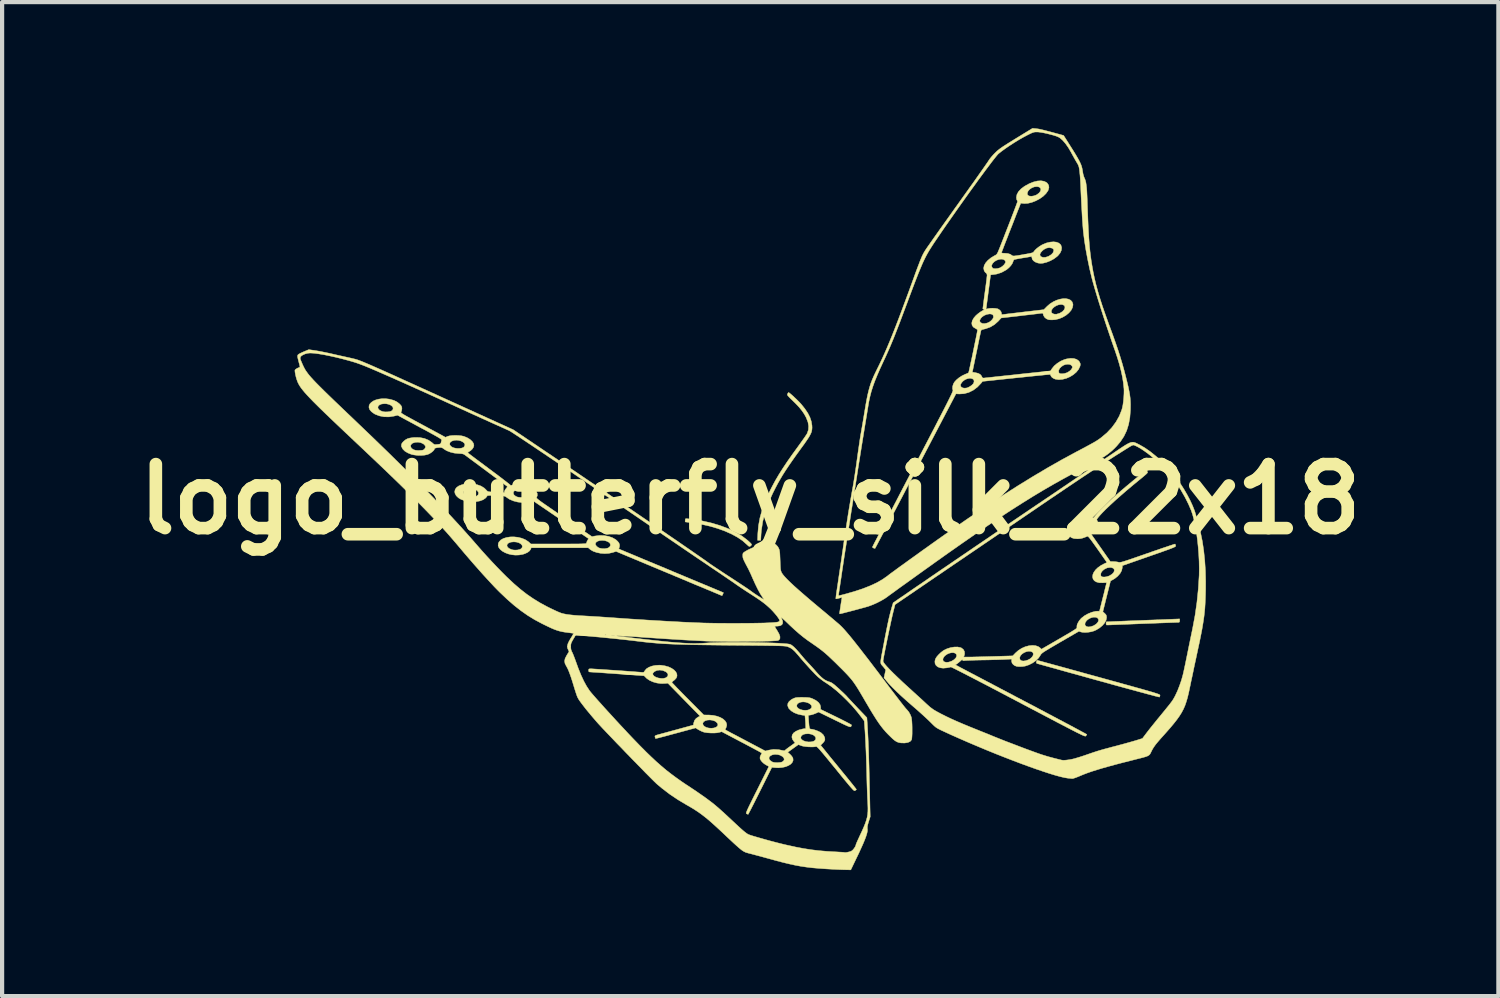
<source format=kicad_pcb>
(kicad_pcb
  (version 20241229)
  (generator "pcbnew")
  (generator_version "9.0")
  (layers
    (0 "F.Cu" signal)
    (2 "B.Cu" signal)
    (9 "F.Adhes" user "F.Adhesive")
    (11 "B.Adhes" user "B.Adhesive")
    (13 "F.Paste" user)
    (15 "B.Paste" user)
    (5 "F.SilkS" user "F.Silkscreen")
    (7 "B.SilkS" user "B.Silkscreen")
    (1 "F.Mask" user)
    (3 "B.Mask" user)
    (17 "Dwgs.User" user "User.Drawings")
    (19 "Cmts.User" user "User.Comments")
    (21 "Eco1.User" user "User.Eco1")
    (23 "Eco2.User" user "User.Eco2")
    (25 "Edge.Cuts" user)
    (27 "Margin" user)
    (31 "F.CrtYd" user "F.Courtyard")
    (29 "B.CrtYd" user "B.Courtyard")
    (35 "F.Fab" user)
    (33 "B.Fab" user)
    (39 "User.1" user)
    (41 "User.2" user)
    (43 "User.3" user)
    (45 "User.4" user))
  (footprint "logo_butterfly_silk_22x18"
    (layer "F.Cu")
    (at 14.812 8.834)
    (property "Reference" "logo_butterfly_silk_22x18" (at 0 0 0) (layer "F.SilkS") (effects (font (size 1.524 1.524) (thickness 0.3))))
    (attr through_hole)
    (fp_poly (pts (xy -1.489 0.467) (xy -1.439 0.472) (xy -1.391 0.478) (xy -1.154 0.515) (xy -0.93 0.566) (xy -0.72 0.628) (xy -0.526 0.702) (xy -0.35 0.786) (xy -0.194 0.88) (xy -0.06 0.983) (xy -0.033 1.008) (xy 0.004 1.043) (xy 0.025 1.066) (xy 0.033 1.081) (xy 0.029 1.093) (xy 0.019 1.104) (xy -0.001 1.123) (xy -0.02 1.127) (xy -0.043 1.115) (xy -0.076 1.084) (xy -0.083 1.078) (xy -0.183 0.989) (xy -0.306 0.906) (xy -0.448 0.829) (xy -0.609 0.758) (xy -0.784 0.695) (xy -0.972 0.641) (xy -1.169 0.597) (xy -1.374 0.564) (xy -1.419 0.558) (xy -1.549 0.542) (xy -1.549 0.507) (xy -1.546 0.479) (xy -1.54 0.466) (xy -1.524 0.465) (xy -1.489 0.467)) (stroke (width 0.01) (type solid)) (fill yes) (layer "F.SilkS"))
    (fp_poly (pts (xy 10.224 2.892) (xy 10.222 2.918) (xy 10.212 2.93) (xy 10.188 2.934) (xy 10.17 2.934) (xy 10.148 2.934) (xy 10.102 2.936) (xy 10.037 2.938) (xy 9.953 2.941) (xy 9.852 2.945) (xy 9.738 2.949) (xy 9.613 2.954) (xy 9.478 2.959) (xy 9.337 2.964) (xy 9.309 2.965) (xy 9.168 2.971) (xy 9.034 2.976) (xy 8.91 2.981) (xy 8.798 2.985) (xy 8.699 2.989) (xy 8.617 2.992) (xy 8.553 2.995) (xy 8.509 2.996) (xy 8.488 2.997) (xy 8.487 2.997) (xy 8.475 2.986) (xy 8.471 2.959) (xy 8.474 2.932) (xy 8.48 2.92) (xy 8.48 2.92) (xy 8.494 2.919) (xy 8.532 2.918) (xy 8.59 2.916) (xy 8.668 2.912) (xy 8.762 2.909) (xy 8.872 2.904) (xy 8.994 2.899) (xy 9.128 2.894) (xy 9.27 2.889) (xy 9.357 2.885) (xy 10.224 2.851) (xy 10.224 2.892)) (stroke (width 0.01) (type solid)) (fill yes) (layer "F.SilkS"))
    (fp_poly (pts (xy 6.844 3.839) (xy 6.88 3.849) (xy 6.937 3.864) (xy 7.015 3.886) (xy 7.111 3.912) (xy 7.223 3.943) (xy 7.352 3.978) (xy 7.494 4.017) (xy 7.648 4.06) (xy 7.814 4.105) (xy 7.988 4.154) (xy 8.171 4.204) (xy 8.299 4.239) (xy 8.519 4.3) (xy 8.715 4.354) (xy 8.89 4.403) (xy 9.044 4.445) (xy 9.178 4.483) (xy 9.295 4.515) (xy 9.395 4.544) (xy 9.479 4.568) (xy 9.549 4.588) (xy 9.606 4.605) (xy 9.652 4.62) (xy 9.687 4.631) (xy 9.714 4.641) (xy 9.733 4.649) (xy 9.745 4.655) (xy 9.752 4.661) (xy 9.755 4.665) (xy 9.756 4.67) (xy 9.756 4.674) (xy 9.749 4.701) (xy 9.743 4.713) (xy 9.73 4.71) (xy 9.694 4.701) (xy 9.636 4.687) (xy 9.559 4.666) (xy 9.463 4.641) (xy 9.351 4.61) (xy 9.223 4.576) (xy 9.081 4.537) (xy 8.926 4.495) (xy 8.761 4.45) (xy 8.587 4.402) (xy 8.405 4.351) (xy 8.287 4.319) (xy 8.1 4.267) (xy 7.921 4.217) (xy 7.749 4.169) (xy 7.587 4.125) (xy 7.437 4.083) (xy 7.299 4.044) (xy 7.176 4.01) (xy 7.068 3.98) (xy 6.978 3.955) (xy 6.907 3.935) (xy 6.857 3.921) (xy 6.828 3.913) (xy 6.822 3.911) (xy 6.811 3.895) (xy 6.814 3.87) (xy 6.823 3.845) (xy 6.831 3.836) (xy 6.844 3.839)) (stroke (width 0.01) (type solid)) (fill yes) (layer "F.SilkS"))
    (fp_poly (pts (xy 0.928 -2.531) (xy 0.957 -2.508) (xy 0.997 -2.474) (xy 1.042 -2.432) (xy 1.09 -2.387) (xy 1.136 -2.342) (xy 1.177 -2.3) (xy 1.208 -2.267) (xy 1.3 -2.153) (xy 1.371 -2.047) (xy 1.422 -1.946) (xy 1.454 -1.849) (xy 1.47 -1.751) (xy 1.47 -1.746) (xy 1.472 -1.7) (xy 1.469 -1.659) (xy 1.462 -1.619) (xy 1.448 -1.576) (xy 1.425 -1.529) (xy 1.394 -1.474) (xy 1.351 -1.409) (xy 1.296 -1.329) (xy 1.227 -1.234) (xy 1.21 -1.211) (xy 1.097 -1.055) (xy 0.998 -0.915) (xy 0.912 -0.79) (xy 0.835 -0.674) (xy 0.767 -0.567) (xy 0.706 -0.463) (xy 0.648 -0.361) (xy 0.594 -0.257) (xy 0.539 -0.148) (xy 0.533 -0.136) (xy 0.432 0.093) (xy 0.354 0.315) (xy 0.298 0.529) (xy 0.266 0.736) (xy 0.258 0.829) (xy 0.25 0.978) (xy 0.174 0.978) (xy 0.181 0.81) (xy 0.197 0.629) (xy 0.231 0.445) (xy 0.283 0.256) (xy 0.355 0.058) (xy 0.447 -0.152) (xy 0.45 -0.159) (xy 0.519 -0.296) (xy 0.594 -0.436) (xy 0.679 -0.581) (xy 0.775 -0.733) (xy 0.883 -0.895) (xy 1.006 -1.07) (xy 1.142 -1.257) (xy 1.195 -1.331) (xy 1.245 -1.401) (xy 1.289 -1.463) (xy 1.324 -1.515) (xy 1.348 -1.552) (xy 1.357 -1.568) (xy 1.385 -1.652) (xy 1.39 -1.74) (xy 1.374 -1.834) (xy 1.334 -1.937) (xy 1.328 -1.95) (xy 1.285 -2.028) (xy 1.232 -2.105) (xy 1.168 -2.185) (xy 1.087 -2.271) (xy 1.016 -2.341) (xy 0.962 -2.393) (xy 0.924 -2.431) (xy 0.9 -2.457) (xy 0.887 -2.476) (xy 0.883 -2.49) (xy 0.886 -2.502) (xy 0.889 -2.509) (xy 0.904 -2.532) (xy 0.913 -2.54) (xy 0.928 -2.531)) (stroke (width 0.01) (type solid)) (fill yes) (layer "F.SilkS"))
    (fp_poly (pts (xy 9.123 -1.356) (xy 9.152 -1.349) (xy 9.183 -1.337) (xy 9.218 -1.32) (xy 9.258 -1.299) (xy 9.265 -1.296) (xy 9.394 -1.222) (xy 9.529 -1.128) (xy 9.667 -1.016) (xy 9.806 -0.889) (xy 9.94 -0.75) (xy 10.068 -0.602) (xy 10.147 -0.502) (xy 10.236 -0.376) (xy 10.322 -0.243) (xy 10.401 -0.107) (xy 10.472 0.028) (xy 10.532 0.158) (xy 10.579 0.278) (xy 10.612 0.384) (xy 10.613 0.391) (xy 10.63 0.46) (xy 10.649 0.531) (xy 10.667 0.595) (xy 10.675 0.622) (xy 10.723 0.805) (xy 10.764 1.007) (xy 10.797 1.228) (xy 10.821 1.461) (xy 10.837 1.705) (xy 10.843 1.956) (xy 10.842 2.153) (xy 10.839 2.279) (xy 10.835 2.394) (xy 10.83 2.499) (xy 10.824 2.598) (xy 10.815 2.694) (xy 10.804 2.791) (xy 10.79 2.89) (xy 10.773 2.996) (xy 10.753 3.112) (xy 10.728 3.24) (xy 10.699 3.384) (xy 10.664 3.546) (xy 10.628 3.715) (xy 10.602 3.837) (xy 10.574 3.965) (xy 10.547 4.095) (xy 10.521 4.219) (xy 10.496 4.334) (xy 10.476 4.432) (xy 10.465 4.483) (xy 10.438 4.611) (xy 10.411 4.723) (xy 10.382 4.822) (xy 10.351 4.913) (xy 10.314 4.998) (xy 10.27 5.081) (xy 10.218 5.164) (xy 10.156 5.251) (xy 10.082 5.345) (xy 9.994 5.45) (xy 9.891 5.567) (xy 9.84 5.624) (xy 9.769 5.703) (xy 9.713 5.768) (xy 9.668 5.821) (xy 9.634 5.866) (xy 9.606 5.906) (xy 9.582 5.945) (xy 9.56 5.986) (xy 9.559 5.988) (xy 9.543 6.021) (xy 9.53 6.048) (xy 9.517 6.07) (xy 9.502 6.087) (xy 9.482 6.103) (xy 9.455 6.117) (xy 9.417 6.131) (xy 9.367 6.146) (xy 9.302 6.163) (xy 9.218 6.184) (xy 9.113 6.211) (xy 9.061 6.224) (xy 8.86 6.275) (xy 8.681 6.322) (xy 8.523 6.365) (xy 8.382 6.405) (xy 8.257 6.443) (xy 8.145 6.478) (xy 8.043 6.513) (xy 7.95 6.548) (xy 7.864 6.583) (xy 7.827 6.599) (xy 7.772 6.621) (xy 7.722 6.639) (xy 7.685 6.651) (xy 7.668 6.653) (xy 7.641 6.651) (xy 7.598 6.646) (xy 7.555 6.642) (xy 7.478 6.629) (xy 7.38 6.606) (xy 7.263 6.574) (xy 7.128 6.533) (xy 6.978 6.484) (xy 6.813 6.428) (xy 6.636 6.365) (xy 6.448 6.296) (xy 6.252 6.222) (xy 6.049 6.143) (xy 5.841 6.061) (xy 5.63 5.975) (xy 5.417 5.886) (xy 5.204 5.796) (xy 4.993 5.704) (xy 4.786 5.612) (xy 4.61 5.531) (xy 4.541 5.499) (xy 4.489 5.473) (xy 4.448 5.45) (xy 4.413 5.426) (xy 4.378 5.396) (xy 4.337 5.356) (xy 4.29 5.309) (xy 4.243 5.263) (xy 4.18 5.204) (xy 4.107 5.137) (xy 4.027 5.065) (xy 3.946 4.993) (xy 3.884 4.94) (xy 3.734 4.809) (xy 3.6 4.689) (xy 3.483 4.579) (xy 3.383 4.48) (xy 3.302 4.395) (xy 3.255 4.34) (xy 3.184 4.254) (xy 3.226 4.063) (xy 3.162 3.984) (xy 3.144 3.964) (xy 3.13 3.948) (xy 3.119 3.933) (xy 3.111 3.917) (xy 3.107 3.897) (xy 3.106 3.871) (xy 3.108 3.855) (xy 3.162 3.855) (xy 3.172 3.882) (xy 3.201 3.924) (xy 3.25 3.981) (xy 3.317 4.053) (xy 3.403 4.14) (xy 3.507 4.24) (xy 3.628 4.355) (xy 3.767 4.482) (xy 3.88 4.585) (xy 3.949 4.648) (xy 4.021 4.713) (xy 4.09 4.776) (xy 4.15 4.832) (xy 4.197 4.876) (xy 4.198 4.877) (xy 4.283 4.953) (xy 4.365 5.013) (xy 4.433 5.053) (xy 4.543 5.112) (xy 4.658 5.17) (xy 4.782 5.229) (xy 4.916 5.289) (xy 5.065 5.353) (xy 5.232 5.422) (xy 5.391 5.486) (xy 5.477 5.521) (xy 5.57 5.558) (xy 5.66 5.594) (xy 5.74 5.627) (xy 5.785 5.646) (xy 5.87 5.68) (xy 5.97 5.72) (xy 6.081 5.764) (xy 6.2 5.809) (xy 6.323 5.856) (xy 6.446 5.903) (xy 6.565 5.948) (xy 6.677 5.989) (xy 6.778 6.026) (xy 6.864 6.057) (xy 6.932 6.08) (xy 6.953 6.087) (xy 7.086 6.128) (xy 7.224 6.165) (xy 7.374 6.203) (xy 7.423 6.214) (xy 7.461 6.217) (xy 7.519 6.213) (xy 7.591 6.204) (xy 7.671 6.189) (xy 7.712 6.179) (xy 7.773 6.161) (xy 7.846 6.139) (xy 7.927 6.113) (xy 8.009 6.085) (xy 8.02 6.081) (xy 8.09 6.057) (xy 8.151 6.036) (xy 8.206 6.018) (xy 8.258 6.001) (xy 8.311 5.985) (xy 8.369 5.968) (xy 8.436 5.949) (xy 8.516 5.928) (xy 8.611 5.902) (xy 8.727 5.872) (xy 8.763 5.862) (xy 8.854 5.838) (xy 8.948 5.812) (xy 9.038 5.787) (xy 9.118 5.764) (xy 9.18 5.746) (xy 9.187 5.744) (xy 9.337 5.697) (xy 9.433 5.57) (xy 9.47 5.522) (xy 9.519 5.459) (xy 9.577 5.387) (xy 9.639 5.31) (xy 9.702 5.232) (xy 9.728 5.201) (xy 9.809 5.102) (xy 9.876 5.02) (xy 9.931 4.952) (xy 9.975 4.898) (xy 10.009 4.853) (xy 10.037 4.816) (xy 10.059 4.784) (xy 10.077 4.755) (xy 10.093 4.726) (xy 10.11 4.696) (xy 10.121 4.674) (xy 10.172 4.565) (xy 10.221 4.44) (xy 10.266 4.31) (xy 10.299 4.192) (xy 10.308 4.155) (xy 10.321 4.098) (xy 10.337 4.023) (xy 10.356 3.935) (xy 10.376 3.838) (xy 10.397 3.735) (xy 10.408 3.682) (xy 10.43 3.572) (xy 10.453 3.459) (xy 10.476 3.348) (xy 10.497 3.246) (xy 10.516 3.156) (xy 10.53 3.085) (xy 10.534 3.067) (xy 10.59 2.768) (xy 10.635 2.453) (xy 10.668 2.13) (xy 10.688 1.81) (xy 10.69 1.652) (xy 10.687 1.484) (xy 10.678 1.311) (xy 10.664 1.136) (xy 10.646 0.963) (xy 10.623 0.796) (xy 10.596 0.64) (xy 10.566 0.497) (xy 10.533 0.372) (xy 10.5 0.273) (xy 10.433 0.117) (xy 10.35 -0.048) (xy 10.255 -0.214) (xy 10.152 -0.375) (xy 10.047 -0.523) (xy 10.004 -0.578) (xy 9.92 -0.674) (xy 9.826 -0.773) (xy 9.722 -0.872) (xy 9.615 -0.967) (xy 9.506 -1.056) (xy 9.4 -1.135) (xy 9.301 -1.202) (xy 9.211 -1.253) (xy 9.163 -1.275) (xy 9.148 -1.282) (xy 9.134 -1.287) (xy 9.121 -1.288) (xy 9.104 -1.284) (xy 9.081 -1.275) (xy 9.049 -1.257) (xy 9.006 -1.231) (xy 8.947 -1.194) (xy 8.87 -1.146) (xy 8.843 -1.128) (xy 8.707 -1.043) (xy 8.569 -0.954) (xy 8.425 -0.861) (xy 8.275 -0.764) (xy 8.117 -0.66) (xy 7.949 -0.549) (xy 7.771 -0.43) (xy 7.58 -0.302) (xy 7.375 -0.163) (xy 7.154 -0.014) (xy 6.917 0.147) (xy 6.661 0.322) (xy 6.515 0.421) (xy 6.377 0.515) (xy 6.226 0.618) (xy 6.068 0.726) (xy 5.905 0.837) (xy 5.745 0.946) (xy 5.59 1.051) (xy 5.447 1.149) (xy 5.318 1.236) (xy 5.302 1.247) (xy 5.177 1.332) (xy 5.035 1.429) (xy 4.881 1.533) (xy 4.721 1.642) (xy 4.559 1.753) (xy 4.399 1.861) (xy 4.247 1.965) (xy 4.107 2.06) (xy 4.089 2.073) (xy 3.448 2.51) (xy 3.4 2.7) (xy 3.388 2.75) (xy 3.372 2.818) (xy 3.354 2.9) (xy 3.334 2.994) (xy 3.312 3.095) (xy 3.29 3.201) (xy 3.267 3.309) (xy 3.246 3.415) (xy 3.225 3.517) (xy 3.206 3.611) (xy 3.19 3.695) (xy 3.177 3.764) (xy 3.168 3.816) (xy 3.163 3.848) (xy 3.162 3.855) (xy 3.108 3.855) (xy 3.109 3.835) (xy 3.116 3.788) (xy 3.126 3.727) (xy 3.141 3.65) (xy 3.159 3.553) (xy 3.182 3.434) (xy 3.187 3.404) (xy 3.221 3.23) (xy 3.251 3.079) (xy 3.278 2.948) (xy 3.303 2.834) (xy 3.327 2.735) (xy 3.35 2.648) (xy 3.372 2.57) (xy 3.403 2.467) (xy 3.565 2.355) (xy 3.68 2.277) (xy 3.813 2.185) (xy 3.963 2.082) (xy 4.128 1.97) (xy 4.305 1.848) (xy 4.492 1.72) (xy 4.688 1.587) (xy 4.89 1.449) (xy 5.096 1.309) (xy 5.304 1.167) (xy 5.417 1.09) (xy 5.529 1.014) (xy 5.643 0.937) (xy 5.757 0.859) (xy 5.875 0.779) (xy 5.997 0.696) (xy 6.125 0.609) (xy 6.258 0.519) (xy 6.4 0.423) (xy 6.55 0.321) (xy 6.711 0.212) (xy 6.883 0.096) (xy 7.067 -0.028) (xy 7.265 -0.162) (xy 7.477 -0.306) (xy 7.706 -0.461) (xy 7.952 -0.627) (xy 8.217 -0.806) (xy 8.501 -0.998) (xy 8.553 -1.033) (xy 8.671 -1.113) (xy 8.77 -1.18) (xy 8.852 -1.235) (xy 8.92 -1.279) (xy 8.976 -1.312) (xy 9.022 -1.335) (xy 9.06 -1.35) (xy 9.093 -1.356) (xy 9.123 -1.356)) (stroke (width 0.01) (type solid)) (fill yes) (layer "F.SilkS"))
    (fp_poly (pts (xy -2.125 3.954) (xy -2.029 3.969) (xy -1.944 3.993) (xy -1.872 4.027) (xy -1.814 4.067) (xy -1.772 4.112) (xy -1.748 4.159) (xy -1.743 4.208) (xy -1.759 4.256) (xy -1.799 4.301) (xy -1.812 4.311) (xy -1.843 4.335) (xy -1.862 4.354) (xy -1.866 4.361) (xy -1.858 4.372) (xy -1.833 4.399) (xy -1.794 4.44) (xy -1.743 4.494) (xy -1.681 4.557) (xy -1.61 4.63) (xy -1.533 4.708) (xy -1.486 4.755) (xy -1.106 5.138) (xy -0.988 5.139) (xy -0.886 5.147) (xy -0.794 5.167) (xy -0.714 5.196) (xy -0.649 5.233) (xy -0.6 5.277) (xy -0.569 5.326) (xy -0.559 5.378) (xy -0.572 5.432) (xy -0.58 5.449) (xy -0.593 5.475) (xy -0.597 5.49) (xy -0.596 5.49) (xy -0.584 5.497) (xy -0.552 5.514) (xy -0.502 5.541) (xy -0.437 5.576) (xy -0.358 5.617) (xy -0.269 5.664) (xy -0.171 5.716) (xy -0.116 5.745) (xy 0.359 5.996) (xy 0.438 5.976) (xy 0.555 5.958) (xy 0.675 5.964) (xy 0.735 5.976) (xy 0.78 5.985) (xy 0.808 5.988) (xy 0.824 5.984) (xy 0.83 5.978) (xy 0.846 5.963) (xy 0.878 5.938) (xy 0.92 5.907) (xy 0.957 5.881) (xy 1.068 5.801) (xy 1.044 5.774) (xy 1.005 5.718) (xy 0.995 5.68) (xy 1.201 5.68) (xy 1.214 5.713) (xy 1.252 5.744) (xy 1.261 5.749) (xy 1.317 5.77) (xy 1.381 5.78) (xy 1.444 5.779) (xy 1.499 5.768) (xy 1.537 5.747) (xy 1.56 5.714) (xy 1.56 5.679) (xy 1.541 5.647) (xy 1.506 5.618) (xy 1.457 5.597) (xy 1.397 5.586) (xy 1.373 5.585) (xy 1.303 5.59) (xy 1.252 5.607) (xy 1.218 5.636) (xy 1.213 5.644) (xy 1.201 5.68) (xy 0.995 5.68) (xy 0.991 5.664) (xy 1 5.613) (xy 1.031 5.567) (xy 1.084 5.528) (xy 1.156 5.495) (xy 1.248 5.471) (xy 1.273 5.467) (xy 1.321 5.46) (xy 1.319 5.387) (xy 1.317 5.333) (xy 1.313 5.27) (xy 1.31 5.233) (xy 1.302 5.15) (xy 1.235 5.141) (xy 1.135 5.119) (xy 1.047 5.085) (xy 0.975 5.04) (xy 0.923 4.988) (xy 0.913 4.974) (xy 0.892 4.92) (xy 1.105 4.92) (xy 1.117 4.955) (xy 1.148 4.985) (xy 1.194 5.008) (xy 1.25 5.023) (xy 1.31 5.028) (xy 1.368 5.022) (xy 1.403 5.011) (xy 1.445 4.985) (xy 1.464 4.953) (xy 1.46 4.918) (xy 1.434 4.884) (xy 1.385 4.853) (xy 1.38 4.851) (xy 1.32 4.832) (xy 1.26 4.826) (xy 1.203 4.832) (xy 1.155 4.85) (xy 1.121 4.877) (xy 1.105 4.912) (xy 1.105 4.92) (xy 0.892 4.92) (xy 0.892 4.919) (xy 0.895 4.867) (xy 0.923 4.819) (xy 0.975 4.775) (xy 1.012 4.754) (xy 1.044 4.739) (xy 1.073 4.729) (xy 1.104 4.723) (xy 1.143 4.72) (xy 1.197 4.719) (xy 1.245 4.719) (xy 1.317 4.72) (xy 1.37 4.723) (xy 1.412 4.728) (xy 1.447 4.737) (xy 1.474 4.747) (xy 1.56 4.789) (xy 1.623 4.838) (xy 1.662 4.892) (xy 1.676 4.952) (xy 1.676 4.957) (xy 1.676 5.005) (xy 2.045 5.184) (xy 2.134 5.228) (xy 2.215 5.269) (xy 2.286 5.305) (xy 2.344 5.336) (xy 2.386 5.359) (xy 2.409 5.374) (xy 2.413 5.378) (xy 2.406 5.4) (xy 2.397 5.415) (xy 2.391 5.42) (xy 2.381 5.422) (xy 2.366 5.419) (xy 2.341 5.411) (xy 2.306 5.397) (xy 2.258 5.375) (xy 2.194 5.345) (xy 2.113 5.305) (xy 2.011 5.256) (xy 2.004 5.252) (xy 1.627 5.068) (xy 1.56 5.099) (xy 1.511 5.118) (xy 1.461 5.134) (xy 1.437 5.138) (xy 1.382 5.147) (xy 1.39 5.263) (xy 1.396 5.34) (xy 1.401 5.397) (xy 1.407 5.434) (xy 1.414 5.457) (xy 1.423 5.469) (xy 1.435 5.473) (xy 1.441 5.474) (xy 1.484 5.48) (xy 1.539 5.495) (xy 1.599 5.517) (xy 1.653 5.542) (xy 1.687 5.562) (xy 1.741 5.613) (xy 1.771 5.671) (xy 1.778 5.716) (xy 1.772 5.748) (xy 1.75 5.782) (xy 1.727 5.807) (xy 1.676 5.858) (xy 1.77 5.974) (xy 1.799 6.01) (xy 1.841 6.062) (xy 1.895 6.129) (xy 1.958 6.206) (xy 2.028 6.291) (xy 2.102 6.382) (xy 2.178 6.475) (xy 2.195 6.496) (xy 2.267 6.583) (xy 2.333 6.665) (xy 2.392 6.738) (xy 2.443 6.801) (xy 2.483 6.852) (xy 2.511 6.888) (xy 2.526 6.907) (xy 2.527 6.91) (xy 2.518 6.923) (xy 2.498 6.938) (xy 2.492 6.941) (xy 2.485 6.942) (xy 2.476 6.94) (xy 2.463 6.931) (xy 2.446 6.916) (xy 2.424 6.892) (xy 2.394 6.859) (xy 2.355 6.814) (xy 2.307 6.756) (xy 2.247 6.684) (xy 2.175 6.596) (xy 2.089 6.49) (xy 2.032 6.419) (xy 1.936 6.303) (xy 1.856 6.204) (xy 1.788 6.122) (xy 1.733 6.055) (xy 1.688 6.003) (xy 1.653 5.962) (xy 1.625 5.932) (xy 1.604 5.911) (xy 1.589 5.898) (xy 1.577 5.892) (xy 1.568 5.89) (xy 1.562 5.891) (xy 1.515 5.898) (xy 1.453 5.899) (xy 1.382 5.897) (xy 1.312 5.89) (xy 1.251 5.88) (xy 1.217 5.87) (xy 1.146 5.844) (xy 1.019 5.935) (xy 0.892 6.026) (xy 0.947 6.074) (xy 0.98 6.109) (xy 1.007 6.147) (xy 1.016 6.166) (xy 1.021 6.217) (xy 1.003 6.264) (xy 0.966 6.307) (xy 0.911 6.342) (xy 0.843 6.37) (xy 0.762 6.388) (xy 0.673 6.396) (xy 0.603 6.393) (xy 0.514 6.386) (xy 0.235 6.946) (xy 0.18 7.056) (xy 0.128 7.159) (xy 0.081 7.253) (xy 0.039 7.335) (xy 0.004 7.404) (xy -0.024 7.456) (xy -0.042 7.49) (xy -0.05 7.505) (xy -0.051 7.505) (xy -0.066 7.499) (xy -0.085 7.491) (xy -0.091 7.487) (xy -0.095 7.481) (xy -0.095 7.471) (xy -0.092 7.456) (xy -0.083 7.432) (xy -0.069 7.399) (xy -0.049 7.355) (xy -0.021 7.296) (xy 0.015 7.223) (xy 0.06 7.131) (xy 0.115 7.021) (xy 0.166 6.92) (xy 0.444 6.363) (xy 0.383 6.332) (xy 0.328 6.297) (xy 0.28 6.253) (xy 0.246 6.207) (xy 0.233 6.176) (xy 0.233 6.16) (xy 0.446 6.16) (xy 0.452 6.193) (xy 0.473 6.22) (xy 0.505 6.244) (xy 0.533 6.26) (xy 0.574 6.269) (xy 0.627 6.273) (xy 0.684 6.271) (xy 0.734 6.264) (xy 0.762 6.255) (xy 0.797 6.227) (xy 0.809 6.195) (xy 0.799 6.161) (xy 0.769 6.128) (xy 0.719 6.1) (xy 0.697 6.091) (xy 0.638 6.078) (xy 0.581 6.077) (xy 0.53 6.086) (xy 0.488 6.105) (xy 0.459 6.13) (xy 0.446 6.16) (xy 0.233 6.16) (xy 0.234 6.135) (xy 0.251 6.093) (xy 0.277 6.045) (xy 0.224 6.015) (xy 0.201 6.002) (xy 0.158 5.979) (xy 0.099 5.947) (xy 0.026 5.908) (xy -0.059 5.863) (xy -0.151 5.814) (xy -0.249 5.763) (xy -0.254 5.76) (xy -0.679 5.536) (xy -0.736 5.552) (xy -0.792 5.563) (xy -0.863 5.568) (xy -0.942 5.567) (xy -1.018 5.562) (xy -1.083 5.552) (xy -1.105 5.547) (xy -1.158 5.527) (xy -1.214 5.499) (xy -1.238 5.486) (xy -1.3 5.446) (xy -1.775 5.575) (xy -1.881 5.603) (xy -1.978 5.63) (xy -2.065 5.653) (xy -2.139 5.672) (xy -2.196 5.687) (xy -2.236 5.696) (xy -2.254 5.7) (xy -2.254 5.7) (xy -2.26 5.686) (xy -2.267 5.663) (xy -2.27 5.648) (xy -2.266 5.636) (xy -2.252 5.627) (xy -2.224 5.616) (xy -2.177 5.603) (xy -2.15 5.596) (xy -2.104 5.583) (xy -2.037 5.565) (xy -1.956 5.543) (xy -1.865 5.518) (xy -1.769 5.492) (xy -1.689 5.47) (xy -1.353 5.378) (xy -1.348 5.346) (xy -1.13 5.346) (xy -1.119 5.382) (xy -1.087 5.413) (xy -1.041 5.436) (xy -0.985 5.45) (xy -0.924 5.454) (xy -0.863 5.447) (xy -0.811 5.428) (xy -0.779 5.401) (xy -0.77 5.369) (xy -0.782 5.334) (xy -0.815 5.301) (xy -0.844 5.283) (xy -0.902 5.264) (xy -0.962 5.256) (xy -1.019 5.26) (xy -1.07 5.275) (xy -1.108 5.298) (xy -1.128 5.33) (xy -1.13 5.346) (xy -1.348 5.346) (xy -1.344 5.322) (xy -1.325 5.265) (xy -1.288 5.22) (xy -1.239 5.187) (xy -1.196 5.164) (xy -1.579 4.773) (xy -1.962 4.381) (xy -2.032 4.388) (xy -2.126 4.39) (xy -2.222 4.377) (xy -2.315 4.351) (xy -2.397 4.314) (xy -2.463 4.269) (xy -2.472 4.26) (xy -2.527 4.205) (xy -3.06 4.167) (xy -2.32 4.167) (xy -2.313 4.185) (xy -2.287 4.215) (xy -2.243 4.24) (xy -2.187 4.258) (xy -2.126 4.267) (xy -2.067 4.267) (xy -2.016 4.255) (xy -2.008 4.251) (xy -1.971 4.222) (xy -1.957 4.187) (xy -1.966 4.151) (xy -1.998 4.117) (xy -2.016 4.106) (xy -2.085 4.078) (xy -2.155 4.069) (xy -2.221 4.077) (xy -2.276 4.102) (xy -2.298 4.121) (xy -2.318 4.146) (xy -2.32 4.167) (xy -3.06 4.167) (xy -3.159 4.16) (xy -3.284 4.151) (xy -3.402 4.143) (xy -3.51 4.135) (xy -3.606 4.128) (xy -3.688 4.123) (xy -3.752 4.119) (xy -3.796 4.116) (xy -3.818 4.115) (xy -3.82 4.115) (xy -3.84 4.11) (xy -3.848 4.091) (xy -3.848 4.077) (xy -3.846 4.052) (xy -3.834 4.041) (xy -3.806 4.039) (xy -3.8 4.039) (xy -3.778 4.039) (xy -3.733 4.042) (xy -3.669 4.046) (xy -3.59 4.051) (xy -3.499 4.057) (xy -3.398 4.064) (xy -3.291 4.071) (xy -3.181 4.078) (xy -3.072 4.086) (xy -2.967 4.093) (xy -2.869 4.101) (xy -2.781 4.107) (xy -2.706 4.113) (xy -2.647 4.117) (xy -2.609 4.12) (xy -2.603 4.121) (xy -2.563 4.124) (xy -2.54 4.122) (xy -2.525 4.11) (xy -2.511 4.086) (xy -2.51 4.085) (xy -2.473 4.04) (xy -2.415 4.003) (xy -2.343 3.975) (xy -2.259 3.958) (xy -2.169 3.952) (xy -2.125 3.954)) (stroke (width 0.01) (type solid)) (fill yes) (layer "F.SilkS"))
    (fp_poly (pts (xy 9.444 -0.669) (xy 9.456 -0.653) (xy 9.46 -0.644) (xy 9.459 -0.633) (xy 9.449 -0.618) (xy 9.429 -0.598) (xy 9.396 -0.569) (xy 9.349 -0.529) (xy 9.285 -0.476) (xy 9.267 -0.462) (xy 9.108 -0.331) (xy 8.956 -0.203) (xy 8.815 -0.081) (xy 8.685 0.034) (xy 8.569 0.141) (xy 8.467 0.238) (xy 8.383 0.323) (xy 8.316 0.396) (xy 8.304 0.41) (xy 8.273 0.448) (xy 8.256 0.473) (xy 8.251 0.49) (xy 8.256 0.504) (xy 8.261 0.512) (xy 8.279 0.559) (xy 8.277 0.614) (xy 8.257 0.675) (xy 8.219 0.736) (xy 8.165 0.794) (xy 8.163 0.795) (xy 8.118 0.835) (xy 8.346 1.16) (xy 8.574 1.486) (xy 8.645 1.486) (xy 8.695 1.489) (xy 8.745 1.496) (xy 8.765 1.501) (xy 8.776 1.503) (xy 8.789 1.505) (xy 8.805 1.504) (xy 8.826 1.501) (xy 8.855 1.494) (xy 8.893 1.483) (xy 8.943 1.467) (xy 9.006 1.447) (xy 9.084 1.42) (xy 9.18 1.387) (xy 9.295 1.347) (xy 9.432 1.299) (xy 9.462 1.289) (xy 9.584 1.246) (xy 9.699 1.207) (xy 9.804 1.17) (xy 9.898 1.139) (xy 9.977 1.112) (xy 10.041 1.091) (xy 10.086 1.076) (xy 10.111 1.069) (xy 10.115 1.068) (xy 10.121 1.083) (xy 10.128 1.105) (xy 10.129 1.112) (xy 10.128 1.119) (xy 10.123 1.126) (xy 10.111 1.134) (xy 10.092 1.144) (xy 10.063 1.157) (xy 10.022 1.173) (xy 9.968 1.194) (xy 9.898 1.219) (xy 9.811 1.25) (xy 9.704 1.288) (xy 9.577 1.332) (xy 9.498 1.36) (xy 8.86 1.583) (xy 8.857 1.636) (xy 8.842 1.702) (xy 8.805 1.769) (xy 8.749 1.833) (xy 8.679 1.89) (xy 8.632 1.918) (xy 8.578 1.947) (xy 8.486 2.314) (xy 8.395 2.68) (xy 8.439 2.719) (xy 8.467 2.748) (xy 8.48 2.775) (xy 8.484 2.814) (xy 8.484 2.818) (xy 8.472 2.881) (xy 8.438 2.946) (xy 8.385 3.008) (xy 8.317 3.065) (xy 8.236 3.114) (xy 8.182 3.138) (xy 8.117 3.157) (xy 8.043 3.169) (xy 7.969 3.174) (xy 7.905 3.169) (xy 7.873 3.162) (xy 7.825 3.146) (xy 7.379 3.404) (xy 7.268 3.469) (xy 7.177 3.522) (xy 7.104 3.566) (xy 7.046 3.601) (xy 7.002 3.628) (xy 6.969 3.651) (xy 6.946 3.669) (xy 6.93 3.684) (xy 6.919 3.697) (xy 6.911 3.711) (xy 6.908 3.716) (xy 6.864 3.782) (xy 6.8 3.845) (xy 6.722 3.9) (xy 6.636 3.944) (xy 6.547 3.974) (xy 6.477 3.985) (xy 6.401 3.987) (xy 6.343 3.981) (xy 6.298 3.964) (xy 6.262 3.938) (xy 6.234 3.904) (xy 6.224 3.868) (xy 6.223 3.854) (xy 6.223 3.807) (xy 6.086 3.814) (xy 6.038 3.817) (xy 5.969 3.819) (xy 5.884 3.822) (xy 5.788 3.824) (xy 5.684 3.827) (xy 5.579 3.829) (xy 5.556 3.829) (xy 5.456 3.831) (xy 5.362 3.833) (xy 5.277 3.836) (xy 5.205 3.838) (xy 5.15 3.84) (xy 5.115 3.842) (xy 5.109 3.843) (xy 5.074 3.846) (xy 5.058 3.841) (xy 5.055 3.828) (xy 5.049 3.82) (xy 5.032 3.829) (xy 5.001 3.856) (xy 5.001 3.856) (xy 4.965 3.887) (xy 4.931 3.914) (xy 4.916 3.925) (xy 4.885 3.945) (xy 4.973 3.992) (xy 4.995 4.004) (xy 5.038 4.027) (xy 5.101 4.06) (xy 5.181 4.102) (xy 5.279 4.154) (xy 5.392 4.213) (xy 5.519 4.28) (xy 5.659 4.354) (xy 5.81 4.433) (xy 5.97 4.518) (xy 6.139 4.606) (xy 6.314 4.699) (xy 6.495 4.794) (xy 6.537 4.816) (xy 6.718 4.911) (xy 6.892 5.003) (xy 7.058 5.091) (xy 7.215 5.174) (xy 7.362 5.252) (xy 7.498 5.324) (xy 7.621 5.389) (xy 7.729 5.447) (xy 7.822 5.497) (xy 7.898 5.538) (xy 7.956 5.569) (xy 7.995 5.591) (xy 8.013 5.601) (xy 8.014 5.602) (xy 8.006 5.617) (xy 7.991 5.636) (xy 7.988 5.639) (xy 7.984 5.642) (xy 7.977 5.642) (xy 7.967 5.641) (xy 7.952 5.636) (xy 7.932 5.629) (xy 7.905 5.617) (xy 7.871 5.601) (xy 7.828 5.58) (xy 7.774 5.554) (xy 7.71 5.521) (xy 7.634 5.482) (xy 7.544 5.435) (xy 7.44 5.381) (xy 7.32 5.319) (xy 7.184 5.247) (xy 7.03 5.166) (xy 6.857 5.075) (xy 6.664 4.974) (xy 6.45 4.861) (xy 6.382 4.825) (xy 6.171 4.714) (xy 5.971 4.609) (xy 5.784 4.511) (xy 5.609 4.419) (xy 5.448 4.336) (xy 5.302 4.26) (xy 5.172 4.193) (xy 5.059 4.135) (xy 4.963 4.086) (xy 4.886 4.047) (xy 4.828 4.019) (xy 4.791 4.001) (xy 4.776 3.995) (xy 4.775 3.996) (xy 4.753 4.002) (xy 4.715 4.01) (xy 4.68 4.016) (xy 4.594 4.024) (xy 4.522 4.015) (xy 4.463 3.992) (xy 4.422 3.956) (xy 4.399 3.91) (xy 4.396 3.854) (xy 4.404 3.829) (xy 4.586 3.829) (xy 4.6 3.858) (xy 4.63 3.877) (xy 4.674 3.885) (xy 4.729 3.879) (xy 4.791 3.858) (xy 4.795 3.856) (xy 4.852 3.822) (xy 4.891 3.784) (xy 6.413 3.784) (xy 6.424 3.822) (xy 6.453 3.845) (xy 6.497 3.854) (xy 6.555 3.847) (xy 6.61 3.829) (xy 6.663 3.801) (xy 6.704 3.765) (xy 6.731 3.726) (xy 6.74 3.687) (xy 6.73 3.654) (xy 6.718 3.642) (xy 6.676 3.623) (xy 6.624 3.621) (xy 6.567 3.633) (xy 6.513 3.657) (xy 6.465 3.691) (xy 6.43 3.731) (xy 6.414 3.775) (xy 6.413 3.784) (xy 4.891 3.784) (xy 4.893 3.783) (xy 4.913 3.742) (xy 4.915 3.727) (xy 4.905 3.69) (xy 4.877 3.667) (xy 4.837 3.655) (xy 4.788 3.656) (xy 4.735 3.669) (xy 4.683 3.693) (xy 4.636 3.728) (xy 4.618 3.747) (xy 4.591 3.791) (xy 4.586 3.829) (xy 4.404 3.829) (xy 4.416 3.791) (xy 4.418 3.787) (xy 4.446 3.746) (xy 4.489 3.698) (xy 4.54 3.65) (xy 4.592 3.61) (xy 4.61 3.598) (xy 4.686 3.561) (xy 4.769 3.535) (xy 4.853 3.521) (xy 4.933 3.519) (xy 5.001 3.532) (xy 5.027 3.542) (xy 5.074 3.579) (xy 5.1 3.628) (xy 5.104 3.685) (xy 5.093 3.727) (xy 5.081 3.759) (xy 5.185 3.759) (xy 5.222 3.759) (xy 5.28 3.758) (xy 5.357 3.756) (xy 5.448 3.754) (xy 5.551 3.751) (xy 5.66 3.748) (xy 5.769 3.745) (xy 6.249 3.731) (xy 6.313 3.664) (xy 6.383 3.602) (xy 6.463 3.551) (xy 6.548 3.513) (xy 6.635 3.49) (xy 6.718 3.481) (xy 6.794 3.488) (xy 6.859 3.511) (xy 6.898 3.538) (xy 6.933 3.572) (xy 7.358 3.326) (xy 7.466 3.263) (xy 7.554 3.212) (xy 7.624 3.171) (xy 7.677 3.138) (xy 7.717 3.113) (xy 7.745 3.094) (xy 7.763 3.079) (xy 7.773 3.068) (xy 7.777 3.058) (xy 7.777 3.049) (xy 7.776 3.046) (xy 7.779 3.004) (xy 7.786 2.984) (xy 7.968 2.984) (xy 7.982 3.015) (xy 8.013 3.035) (xy 8.057 3.042) (xy 8.11 3.035) (xy 8.171 3.014) (xy 8.183 3.008) (xy 8.237 2.973) (xy 8.273 2.934) (xy 8.292 2.895) (xy 8.29 2.858) (xy 8.267 2.828) (xy 8.265 2.826) (xy 8.22 2.81) (xy 8.166 2.81) (xy 8.109 2.826) (xy 8.054 2.854) (xy 8.008 2.891) (xy 7.977 2.937) (xy 7.974 2.943) (xy 7.968 2.984) (xy 7.786 2.984) (xy 7.798 2.952) (xy 7.83 2.897) (xy 7.873 2.845) (xy 7.886 2.832) (xy 7.959 2.775) (xy 8.045 2.727) (xy 8.136 2.691) (xy 8.224 2.67) (xy 8.269 2.667) (xy 8.315 2.667) (xy 8.399 2.331) (xy 8.422 2.242) (xy 8.441 2.162) (xy 8.458 2.094) (xy 8.472 2.04) (xy 8.48 2.004) (xy 8.484 1.99) (xy 8.484 1.99) (xy 8.472 1.988) (xy 8.441 1.988) (xy 8.398 1.991) (xy 8.39 1.991) (xy 8.306 1.989) (xy 8.24 1.971) (xy 8.192 1.942) (xy 8.162 1.901) (xy 8.15 1.853) (xy 8.156 1.8) (xy 8.161 1.786) (xy 8.343 1.786) (xy 8.348 1.823) (xy 8.359 1.839) (xy 8.388 1.852) (xy 8.432 1.854) (xy 8.484 1.847) (xy 8.538 1.83) (xy 8.558 1.821) (xy 8.613 1.786) (xy 8.65 1.748) (xy 8.667 1.709) (xy 8.666 1.675) (xy 8.646 1.647) (xy 8.606 1.63) (xy 8.566 1.626) (xy 8.496 1.636) (xy 8.431 1.668) (xy 8.385 1.706) (xy 8.356 1.745) (xy 8.343 1.786) (xy 8.161 1.786) (xy 8.179 1.743) (xy 8.22 1.685) (xy 8.278 1.629) (xy 8.353 1.576) (xy 8.421 1.54) (xy 8.493 1.508) (xy 8.271 1.191) (xy 8.205 1.098) (xy 8.152 1.024) (xy 8.111 0.968) (xy 8.079 0.928) (xy 8.056 0.901) (xy 8.04 0.887) (xy 8.03 0.883) (xy 8.028 0.883) (xy 7.96 0.911) (xy 7.906 0.929) (xy 7.859 0.939) (xy 7.811 0.943) (xy 7.791 0.944) (xy 7.709 0.938) (xy 7.647 0.917) (xy 7.603 0.882) (xy 7.591 0.865) (xy 7.573 0.822) (xy 7.573 0.778) (xy 7.589 0.726) (xy 7.765 0.726) (xy 7.767 0.764) (xy 7.788 0.794) (xy 7.828 0.809) (xy 7.882 0.807) (xy 7.942 0.792) (xy 8 0.766) (xy 8.045 0.731) (xy 8.076 0.693) (xy 8.09 0.654) (xy 8.085 0.618) (xy 8.062 0.591) (xy 8.02 0.575) (xy 7.969 0.575) (xy 7.916 0.589) (xy 7.864 0.614) (xy 7.818 0.647) (xy 7.784 0.686) (xy 7.765 0.726) (xy 7.589 0.726) (xy 7.59 0.724) (xy 7.594 0.715) (xy 7.636 0.649) (xy 7.698 0.587) (xy 7.775 0.532) (xy 7.861 0.487) (xy 7.951 0.454) (xy 8.039 0.437) (xy 8.117 0.437) (xy 8.175 0.445) (xy 8.229 0.376) (xy 8.266 0.332) (xy 8.32 0.274) (xy 8.388 0.205) (xy 8.467 0.129) (xy 8.553 0.047) (xy 8.645 -0.037) (xy 8.738 -0.121) (xy 8.776 -0.154) (xy 8.857 -0.224) (xy 8.942 -0.296) (xy 9.026 -0.366) (xy 9.108 -0.434) (xy 9.186 -0.498) (xy 9.256 -0.555) (xy 9.318 -0.604) (xy 9.368 -0.642) (xy 9.404 -0.669) (xy 9.425 -0.681) (xy 9.428 -0.682) (xy 9.444 -0.669)) (stroke (width 0.01) (type solid)) (fill yes) (layer "F.SilkS"))
    (fp_poly (pts (xy 6.808 -8.821) (xy 6.838 -8.817) (xy 6.873 -8.812) (xy 6.915 -8.803) (xy 6.966 -8.791) (xy 7.03 -8.775) (xy 7.11 -8.754) (xy 7.208 -8.728) (xy 7.328 -8.695) (xy 7.334 -8.694) (xy 7.461 -8.659) (xy 7.616 -8.414) (xy 7.688 -8.3) (xy 7.747 -8.204) (xy 7.794 -8.124) (xy 7.831 -8.057) (xy 7.859 -8) (xy 7.88 -7.95) (xy 7.894 -7.905) (xy 7.904 -7.862) (xy 7.911 -7.821) (xy 7.925 -7.738) (xy 7.945 -7.671) (xy 7.955 -7.649) (xy 7.969 -7.616) (xy 7.982 -7.579) (xy 7.992 -7.535) (xy 8 -7.48) (xy 8.008 -7.413) (xy 8.014 -7.331) (xy 8.019 -7.23) (xy 8.024 -7.108) (xy 8.026 -7.036) (xy 8.033 -6.832) (xy 8.04 -6.651) (xy 8.047 -6.49) (xy 8.055 -6.346) (xy 8.062 -6.217) (xy 8.071 -6.099) (xy 8.08 -5.991) (xy 8.091 -5.889) (xy 8.103 -5.791) (xy 8.116 -5.694) (xy 8.132 -5.595) (xy 8.135 -5.575) (xy 8.162 -5.421) (xy 8.194 -5.267) (xy 8.231 -5.111) (xy 8.275 -4.949) (xy 8.326 -4.778) (xy 8.385 -4.594) (xy 8.454 -4.396) (xy 8.532 -4.178) (xy 8.553 -4.121) (xy 8.63 -3.912) (xy 8.697 -3.723) (xy 8.757 -3.547) (xy 8.81 -3.381) (xy 8.858 -3.221) (xy 8.902 -3.063) (xy 8.939 -2.921) (xy 8.972 -2.788) (xy 8.999 -2.675) (xy 9.019 -2.578) (xy 9.035 -2.492) (xy 9.045 -2.414) (xy 9.051 -2.339) (xy 9.054 -2.262) (xy 9.053 -2.18) (xy 9.052 -2.123) (xy 9.038 -1.943) (xy 9.008 -1.78) (xy 8.962 -1.632) (xy 8.897 -1.496) (xy 8.813 -1.369) (xy 8.725 -1.265) (xy 8.663 -1.201) (xy 8.598 -1.142) (xy 8.528 -1.085) (xy 8.45 -1.029) (xy 8.361 -0.972) (xy 8.259 -0.911) (xy 8.141 -0.846) (xy 8.003 -0.773) (xy 7.906 -0.724) (xy 7.679 -0.607) (xy 7.451 -0.484) (xy 7.219 -0.354) (xy 6.982 -0.217) (xy 6.737 -0.07) (xy 6.485 0.087) (xy 6.222 0.254) (xy 5.948 0.433) (xy 5.661 0.625) (xy 5.36 0.831) (xy 5.042 1.052) (xy 4.743 1.262) (xy 4.638 1.336) (xy 4.525 1.417) (xy 4.406 1.501) (xy 4.284 1.589) (xy 4.16 1.677) (xy 4.036 1.766) (xy 3.915 1.853) (xy 3.798 1.937) (xy 3.687 2.017) (xy 3.584 2.09) (xy 3.492 2.157) (xy 3.413 2.215) (xy 3.347 2.262) (xy 3.298 2.298) (xy 3.267 2.321) (xy 3.264 2.324) (xy 3.197 2.37) (xy 3.112 2.419) (xy 3.019 2.467) (xy 2.923 2.51) (xy 2.833 2.544) (xy 2.831 2.545) (xy 2.797 2.556) (xy 2.745 2.571) (xy 2.68 2.589) (xy 2.605 2.609) (xy 2.525 2.631) (xy 2.443 2.653) (xy 2.362 2.674) (xy 2.288 2.693) (xy 2.224 2.71) (xy 2.174 2.722) (xy 2.142 2.729) (xy 2.133 2.731) (xy 2.125 2.72) (xy 2.127 2.702) (xy 2.131 2.678) (xy 2.138 2.635) (xy 2.146 2.581) (xy 2.152 2.54) (xy 2.161 2.481) (xy 2.17 2.428) (xy 2.176 2.388) (xy 2.179 2.372) (xy 2.186 2.338) (xy 2.115 2.358) (xy 2.076 2.368) (xy 2.048 2.373) (xy 2.038 2.372) (xy 2.038 2.358) (xy 2.041 2.323) (xy 2.045 2.292) (xy 2.103 2.292) (xy 2.107 2.299) (xy 2.121 2.296) (xy 2.155 2.287) (xy 2.204 2.275) (xy 2.261 2.26) (xy 2.482 2.197) (xy 2.679 2.132) (xy 2.854 2.063) (xy 3.008 1.992) (xy 3.143 1.915) (xy 3.26 1.834) (xy 3.289 1.811) (xy 3.313 1.792) (xy 3.356 1.76) (xy 3.416 1.717) (xy 3.489 1.663) (xy 3.575 1.6) (xy 3.672 1.531) (xy 3.776 1.455) (xy 3.887 1.376) (xy 4.001 1.294) (xy 4.117 1.21) (xy 4.234 1.127) (xy 4.347 1.046) (xy 4.457 0.968) (xy 4.56 0.895) (xy 4.654 0.829) (xy 4.738 0.77) (xy 4.743 0.766) (xy 5.17 0.471) (xy 5.581 0.193) (xy 5.976 -0.066) (xy 6.357 -0.309) (xy 6.724 -0.535) (xy 7.078 -0.745) (xy 7.421 -0.94) (xy 7.752 -1.119) (xy 7.772 -1.13) (xy 7.89 -1.192) (xy 7.987 -1.244) (xy 8.067 -1.287) (xy 8.132 -1.323) (xy 8.186 -1.353) (xy 8.23 -1.379) (xy 8.268 -1.403) (xy 8.302 -1.426) (xy 8.334 -1.449) (xy 8.358 -1.467) (xy 8.491 -1.579) (xy 8.609 -1.704) (xy 8.708 -1.839) (xy 8.787 -1.979) (xy 8.844 -2.123) (xy 8.857 -2.169) (xy 8.872 -2.239) (xy 8.884 -2.326) (xy 8.893 -2.42) (xy 8.898 -2.513) (xy 8.899 -2.595) (xy 8.897 -2.635) (xy 8.882 -2.773) (xy 8.86 -2.912) (xy 8.829 -3.055) (xy 8.789 -3.209) (xy 8.739 -3.375) (xy 8.677 -3.56) (xy 8.673 -3.57) (xy 8.603 -3.77) (xy 8.535 -3.971) (xy 8.468 -4.17) (xy 8.404 -4.365) (xy 8.344 -4.552) (xy 8.288 -4.73) (xy 8.238 -4.894) (xy 8.194 -5.043) (xy 8.157 -5.173) (xy 8.129 -5.278) (xy 8.079 -5.49) (xy 8.033 -5.711) (xy 7.992 -5.931) (xy 7.958 -6.144) (xy 7.933 -6.342) (xy 7.932 -6.35) (xy 7.925 -6.418) (xy 7.918 -6.508) (xy 7.91 -6.616) (xy 7.902 -6.739) (xy 7.895 -6.873) (xy 7.887 -7.013) (xy 7.88 -7.158) (xy 7.873 -7.302) (xy 7.867 -7.442) (xy 7.863 -7.527) (xy 7.858 -7.616) (xy 7.852 -7.7) (xy 7.845 -7.771) (xy 7.843 -7.791) (xy 7.835 -7.856) (xy 7.827 -7.902) (xy 7.816 -7.939) (xy 7.8 -7.973) (xy 7.777 -8.012) (xy 7.776 -8.014) (xy 7.751 -8.056) (xy 7.718 -8.114) (xy 7.681 -8.181) (xy 7.644 -8.248) (xy 7.638 -8.26) (xy 7.573 -8.371) (xy 7.506 -8.466) (xy 7.439 -8.543) (xy 7.375 -8.599) (xy 7.335 -8.623) (xy 7.286 -8.643) (xy 7.219 -8.664) (xy 7.141 -8.685) (xy 7.058 -8.706) (xy 6.977 -8.723) (xy 6.905 -8.735) (xy 6.848 -8.742) (xy 6.839 -8.742) (xy 6.801 -8.742) (xy 6.77 -8.74) (xy 6.739 -8.732) (xy 6.703 -8.719) (xy 6.656 -8.697) (xy 6.604 -8.671) (xy 6.507 -8.62) (xy 6.4 -8.559) (xy 6.289 -8.491) (xy 6.179 -8.42) (xy 6.076 -8.35) (xy 5.984 -8.283) (xy 5.91 -8.224) (xy 5.908 -8.223) (xy 5.886 -8.199) (xy 5.85 -8.156) (xy 5.802 -8.096) (xy 5.743 -8.02) (xy 5.675 -7.929) (xy 5.598 -7.827) (xy 5.514 -7.713) (xy 5.423 -7.59) (xy 5.329 -7.459) (xy 5.23 -7.323) (xy 5.129 -7.182) (xy 5.027 -7.039) (xy 4.925 -6.895) (xy 4.824 -6.751) (xy 4.725 -6.61) (xy 4.63 -6.474) (xy 4.54 -6.343) (xy 4.456 -6.219) (xy 4.381 -6.109) (xy 4.337 -6.042) (xy 4.297 -5.979) (xy 4.26 -5.92) (xy 4.225 -5.86) (xy 4.192 -5.8) (xy 4.159 -5.735) (xy 4.125 -5.665) (xy 4.09 -5.587) (xy 4.053 -5.499) (xy 4.012 -5.4) (xy 3.967 -5.286) (xy 3.917 -5.157) (xy 3.861 -5.009) (xy 3.798 -4.842) (xy 3.74 -4.686) (xy 3.669 -4.498) (xy 3.607 -4.332) (xy 3.551 -4.184) (xy 3.5 -4.053) (xy 3.455 -3.937) (xy 3.413 -3.831) (xy 3.373 -3.735) (xy 3.336 -3.646) (xy 3.299 -3.561) (xy 3.262 -3.478) (xy 3.224 -3.394) (xy 3.183 -3.307) (xy 3.172 -3.283) (xy 3.091 -3.108) (xy 3.023 -2.951) (xy 2.965 -2.809) (xy 2.918 -2.678) (xy 2.88 -2.557) (xy 2.85 -2.44) (xy 2.833 -2.362) (xy 2.825 -2.323) (xy 2.814 -2.26) (xy 2.8 -2.175) (xy 2.783 -2.071) (xy 2.763 -1.948) (xy 2.74 -1.809) (xy 2.715 -1.656) (xy 2.688 -1.489) (xy 2.659 -1.311) (xy 2.629 -1.123) (xy 2.598 -0.928) (xy 2.566 -0.726) (xy 2.534 -0.52) (xy 2.501 -0.312) (xy 2.468 -0.102) (xy 2.435 0.106) (xy 2.402 0.312) (xy 2.371 0.514) (xy 2.34 0.709) (xy 2.311 0.897) (xy 2.284 1.076) (xy 2.258 1.243) (xy 2.234 1.397) (xy 2.213 1.537) (xy 2.195 1.66) (xy 2.19 1.689) (xy 2.173 1.805) (xy 2.157 1.915) (xy 2.142 2.014) (xy 2.129 2.101) (xy 2.118 2.173) (xy 2.11 2.227) (xy 2.105 2.261) (xy 2.104 2.27) (xy 2.103 2.292) (xy 2.045 2.292) (xy 2.047 2.271) (xy 2.056 2.205) (xy 2.068 2.13) (xy 2.069 2.119) (xy 2.079 2.057) (xy 2.091 1.973) (xy 2.106 1.872) (xy 2.123 1.756) (xy 2.142 1.629) (xy 2.162 1.495) (xy 2.182 1.358) (xy 2.201 1.222) (xy 2.203 1.212) (xy 2.238 0.968) (xy 2.272 0.746) (xy 2.303 0.542) (xy 2.332 0.355) (xy 2.361 0.18) (xy 2.389 0.014) (xy 2.417 -0.145) (xy 2.444 -0.292) (xy 2.456 -0.364) (xy 2.471 -0.456) (xy 2.488 -0.562) (xy 2.505 -0.678) (xy 2.523 -0.798) (xy 2.539 -0.916) (xy 2.546 -0.965) (xy 2.561 -1.077) (xy 2.577 -1.188) (xy 2.593 -1.295) (xy 2.607 -1.393) (xy 2.62 -1.477) (xy 2.631 -1.543) (xy 2.636 -1.57) (xy 2.646 -1.63) (xy 2.66 -1.708) (xy 2.676 -1.801) (xy 2.693 -1.902) (xy 2.71 -2.006) (xy 2.724 -2.089) (xy 2.749 -2.241) (xy 2.773 -2.372) (xy 2.796 -2.486) (xy 2.82 -2.586) (xy 2.845 -2.676) (xy 2.872 -2.761) (xy 2.904 -2.844) (xy 2.94 -2.928) (xy 2.983 -3.019) (xy 3.015 -3.084) (xy 3.074 -3.204) (xy 3.133 -3.328) (xy 3.192 -3.457) (xy 3.252 -3.594) (xy 3.314 -3.741) (xy 3.379 -3.9) (xy 3.447 -4.072) (xy 3.52 -4.261) (xy 3.598 -4.467) (xy 3.682 -4.693) (xy 3.774 -4.941) (xy 3.785 -4.972) (xy 3.844 -5.133) (xy 3.895 -5.273) (xy 3.938 -5.393) (xy 3.976 -5.495) (xy 4.009 -5.581) (xy 4.037 -5.655) (xy 4.062 -5.716) (xy 4.084 -5.769) (xy 4.105 -5.814) (xy 4.125 -5.853) (xy 4.146 -5.89) (xy 4.168 -5.925) (xy 4.192 -5.961) (xy 4.219 -6.001) (xy 4.25 -6.045) (xy 4.286 -6.096) (xy 4.29 -6.102) (xy 4.328 -6.156) (xy 4.379 -6.229) (xy 4.442 -6.318) (xy 4.514 -6.42) (xy 4.595 -6.534) (xy 4.683 -6.657) (xy 4.775 -6.786) (xy 4.87 -6.92) (xy 4.967 -7.055) (xy 5.053 -7.176) (xy 5.145 -7.305) (xy 5.234 -7.43) (xy 5.319 -7.548) (xy 5.397 -7.659) (xy 5.468 -7.76) (xy 5.531 -7.849) (xy 5.584 -7.925) (xy 5.626 -7.986) (xy 5.657 -8.03) (xy 5.673 -8.056) (xy 5.675 -8.058) (xy 5.703 -8.1) (xy 5.744 -8.151) (xy 5.791 -8.204) (xy 5.822 -8.236) (xy 5.85 -8.263) (xy 5.876 -8.288) (xy 5.904 -8.311) (xy 5.934 -8.335) (xy 5.97 -8.361) (xy 6.013 -8.391) (xy 6.067 -8.426) (xy 6.133 -8.468) (xy 6.214 -8.518) (xy 6.312 -8.579) (xy 6.43 -8.651) (xy 6.431 -8.652) (xy 6.721 -8.829) (xy 6.808 -8.821)) (stroke (width 0.01) (type solid)) (fill yes) (layer "F.SilkS"))
    (fp_poly (pts (xy -8.68 -2.392) (xy -8.591 -2.381) (xy -8.499 -2.356) (xy -8.476 -2.348) (xy -8.402 -2.309) (xy -8.348 -2.266) (xy -8.316 -2.231) (xy -8.3 -2.203) (xy -8.294 -2.174) (xy -8.293 -2.159) (xy -8.298 -2.118) (xy -8.309 -2.084) (xy -8.311 -2.079) (xy -8.315 -2.072) (xy -8.316 -2.066) (xy -8.312 -2.058) (xy -8.302 -2.047) (xy -8.283 -2.034) (xy -8.254 -2.015) (xy -8.214 -1.992) (xy -8.159 -1.961) (xy -8.089 -1.923) (xy -8.002 -1.875) (xy -7.896 -1.818) (xy -7.792 -1.762) (xy -7.255 -1.473) (xy -7.206 -1.495) (xy -7.161 -1.507) (xy -7.099 -1.515) (xy -7.027 -1.518) (xy -6.952 -1.516) (xy -6.882 -1.509) (xy -6.824 -1.497) (xy -6.82 -1.496) (xy -6.741 -1.464) (xy -6.674 -1.424) (xy -6.622 -1.377) (xy -6.589 -1.328) (xy -6.579 -1.281) (xy -6.589 -1.238) (xy -6.618 -1.193) (xy -6.659 -1.155) (xy -6.683 -1.14) (xy -6.711 -1.122) (xy -6.725 -1.108) (xy -6.725 -1.105) (xy -6.713 -1.095) (xy -6.684 -1.072) (xy -6.638 -1.037) (xy -6.577 -0.991) (xy -6.504 -0.936) (xy -6.42 -0.874) (xy -6.328 -0.805) (xy -6.229 -0.731) (xy -6.21 -0.717) (xy -6.111 -0.643) (xy -6.018 -0.574) (xy -5.934 -0.51) (xy -5.86 -0.453) (xy -5.799 -0.406) (xy -5.752 -0.369) (xy -5.721 -0.344) (xy -5.708 -0.332) (xy -5.708 -0.331) (xy -5.701 -0.329) (xy -5.675 -0.332) (xy -5.648 -0.339) (xy -5.558 -0.353) (xy -5.46 -0.352) (xy -5.362 -0.339) (xy -5.269 -0.313) (xy -5.188 -0.276) (xy -5.133 -0.237) (xy -5.094 -0.189) (xy -5.072 -0.137) (xy -5.069 -0.086) (xy -5.085 -0.044) (xy -5.088 -0.038) (xy -5.087 -0.031) (xy -5.082 -0.022) (xy -5.071 -0.01) (xy -5.052 0.006) (xy -5.024 0.028) (xy -4.986 0.057) (xy -4.935 0.093) (xy -4.871 0.138) (xy -4.792 0.192) (xy -4.697 0.258) (xy -4.584 0.335) (xy -4.451 0.426) (xy -4.435 0.437) (xy -3.768 0.892) (xy -3.698 0.878) (xy -3.587 0.864) (xy -3.478 0.867) (xy -3.374 0.885) (xy -3.281 0.918) (xy -3.202 0.963) (xy -3.157 1.004) (xy -3.127 1.042) (xy -3.114 1.076) (xy -3.111 1.102) (xy -3.115 1.138) (xy -3.124 1.163) (xy -3.126 1.165) (xy -3.13 1.177) (xy -3.114 1.19) (xy -3.085 1.204) (xy -3.066 1.212) (xy -3.024 1.229) (xy -2.963 1.255) (xy -2.883 1.288) (xy -2.787 1.328) (xy -2.675 1.375) (xy -2.55 1.428) (xy -2.413 1.485) (xy -2.265 1.546) (xy -2.109 1.611) (xy -1.946 1.679) (xy -1.834 1.727) (xy -0.638 2.226) (xy -0.652 2.262) (xy -0.664 2.287) (xy -0.673 2.298) (xy -0.673 2.298) (xy -0.685 2.293) (xy -0.719 2.279) (xy -0.774 2.256) (xy -0.848 2.225) (xy -0.938 2.187) (xy -1.045 2.143) (xy -1.166 2.092) (xy -1.3 2.037) (xy -1.445 1.976) (xy -1.599 1.911) (xy -1.762 1.843) (xy -1.931 1.772) (xy -1.937 1.77) (xy -3.194 1.244) (xy -3.28 1.271) (xy -3.367 1.29) (xy -3.463 1.296) (xy -3.561 1.289) (xy -3.654 1.27) (xy -3.738 1.241) (xy -3.805 1.202) (xy -3.816 1.192) (xy -3.858 1.156) (xy -5.214 1.156) (xy -5.228 1.193) (xy -5.255 1.232) (xy -5.302 1.268) (xy -5.366 1.298) (xy -5.416 1.314) (xy -5.504 1.329) (xy -5.592 1.332) (xy -5.679 1.323) (xy -5.76 1.304) (xy -5.834 1.276) (xy -5.898 1.241) (xy -5.949 1.2) (xy -5.985 1.155) (xy -6.002 1.106) (xy -6.002 1.103) (xy -5.793 1.103) (xy -5.781 1.138) (xy -5.748 1.17) (xy -5.693 1.196) (xy -5.652 1.208) (xy -5.6 1.213) (xy -5.543 1.21) (xy -5.493 1.199) (xy -5.465 1.187) (xy -5.434 1.157) (xy -5.425 1.125) (xy -5.436 1.092) (xy -5.465 1.063) (xy -5.508 1.038) (xy -5.564 1.022) (xy -5.629 1.016) (xy -5.7 1.023) (xy -5.752 1.043) (xy -5.783 1.07) (xy -5.793 1.103) (xy -6.002 1.103) (xy -5.999 1.055) (xy -5.983 1.02) (xy -5.939 0.972) (xy -5.877 0.936) (xy -5.8 0.912) (xy -5.714 0.899) (xy -5.623 0.898) (xy -5.53 0.908) (xy -5.441 0.93) (xy -5.359 0.963) (xy -5.289 1.008) (xy -5.279 1.016) (xy -5.222 1.067) (xy -4.561 1.067) (xy -4.414 1.067) (xy -4.29 1.067) (xy -4.188 1.066) (xy -4.106 1.066) (xy -4.04 1.065) (xy -3.99 1.063) (xy -3.954 1.061) (xy -3.928 1.059) (xy -3.912 1.056) (xy -3.91 1.055) (xy -3.687 1.055) (xy -3.683 1.085) (xy -3.661 1.118) (xy -3.626 1.147) (xy -3.593 1.164) (xy -3.532 1.177) (xy -3.466 1.179) (xy -3.406 1.169) (xy -3.378 1.159) (xy -3.342 1.13) (xy -3.327 1.095) (xy -3.336 1.058) (xy -3.36 1.03) (xy -3.409 1.003) (xy -3.466 0.986) (xy -3.527 0.981) (xy -3.585 0.986) (xy -3.635 1.002) (xy -3.671 1.027) (xy -3.687 1.055) (xy -3.91 1.055) (xy -3.903 1.053) (xy -3.899 1.048) (xy -3.899 1.045) (xy -3.892 1.019) (xy -3.877 0.986) (xy -3.874 0.981) (xy -3.849 0.94) (xy -4.004 0.834) (xy -4.047 0.805) (xy -4.108 0.763) (xy -4.184 0.711) (xy -4.272 0.651) (xy -4.369 0.584) (xy -4.473 0.513) (xy -4.58 0.44) (xy -4.667 0.381) (xy -5.175 0.035) (xy -5.219 0.051) (xy -5.317 0.075) (xy -5.424 0.081) (xy -5.534 0.069) (xy -5.639 0.042) (xy -5.735 0.001) (xy -5.794 -0.039) (xy -5.812 -0.053) (xy -5.829 -0.063) (xy -5.85 -0.071) (xy -5.877 -0.076) (xy -5.917 -0.079) (xy -5.974 -0.082) (xy -6.051 -0.085) (xy -6.051 -0.085) (xy -6.141 -0.088) (xy -6.205 -0.088) (xy -6.245 -0.085) (xy -6.261 -0.081) (xy -6.261 -0.08) (xy -6.27 -0.064) (xy -6.291 -0.038) (xy -6.302 -0.026) (xy -6.36 0.014) (xy -6.434 0.042) (xy -6.521 0.058) (xy -6.615 0.062) (xy -6.71 0.055) (xy -6.802 0.036) (xy -6.886 0.005) (xy -6.947 -0.031) (xy -7.001 -0.083) (xy -7.03 -0.139) (xy -7.032 -0.151) (xy -6.826 -0.151) (xy -6.808 -0.12) (xy -6.775 -0.092) (xy -6.729 -0.071) (xy -6.675 -0.057) (xy -6.618 -0.052) (xy -6.563 -0.057) (xy -6.52 -0.071) (xy -6.482 -0.099) (xy -6.467 -0.133) (xy -6.467 -0.135) (xy -5.641 -0.135) (xy -5.623 -0.1) (xy -5.584 -0.069) (xy -5.544 -0.051) (xy -5.499 -0.043) (xy -5.445 -0.041) (xy -5.391 -0.045) (xy -5.343 -0.053) (xy -5.312 -0.067) (xy -5.31 -0.069) (xy -5.288 -0.103) (xy -5.286 -0.143) (xy -5.303 -0.178) (xy -5.307 -0.183) (xy -5.339 -0.202) (xy -5.385 -0.221) (xy -5.436 -0.235) (xy -5.482 -0.241) (xy -5.488 -0.241) (xy -5.534 -0.235) (xy -5.58 -0.218) (xy -5.617 -0.195) (xy -5.636 -0.173) (xy -5.641 -0.135) (xy -6.467 -0.135) (xy -6.474 -0.169) (xy -6.502 -0.204) (xy -6.545 -0.229) (xy -6.605 -0.248) (xy -6.667 -0.253) (xy -6.727 -0.246) (xy -6.778 -0.227) (xy -6.814 -0.198) (xy -6.822 -0.185) (xy -6.826 -0.151) (xy -7.032 -0.151) (xy -7.036 -0.18) (xy -7.024 -0.234) (xy -6.989 -0.28) (xy -6.934 -0.318) (xy -6.86 -0.346) (xy -6.77 -0.362) (xy -6.726 -0.366) (xy -6.609 -0.364) (xy -6.503 -0.345) (xy -6.41 -0.312) (xy -6.334 -0.265) (xy -6.295 -0.228) (xy -6.273 -0.203) (xy -6.254 -0.188) (xy -6.231 -0.179) (xy -6.196 -0.174) (xy -6.145 -0.171) (xy -6.08 -0.167) (xy -6.01 -0.163) (xy -5.95 -0.159) (xy -5.948 -0.159) (xy -5.858 -0.153) (xy -5.851 -0.188) (xy -5.837 -0.221) (xy -5.812 -0.255) (xy -5.809 -0.258) (xy -5.789 -0.284) (xy -5.784 -0.301) (xy -5.786 -0.303) (xy -5.798 -0.313) (xy -5.829 -0.336) (xy -5.876 -0.371) (xy -5.937 -0.417) (xy -6.01 -0.471) (xy -6.094 -0.533) (xy -6.185 -0.601) (xy -6.274 -0.667) (xy -6.372 -0.74) (xy -6.465 -0.809) (xy -6.551 -0.873) (xy -6.627 -0.929) (xy -6.692 -0.977) (xy -6.742 -1.015) (xy -6.777 -1.04) (xy -6.791 -1.051) (xy -6.815 -1.067) (xy -6.842 -1.077) (xy -6.879 -1.083) (xy -6.932 -1.086) (xy -6.946 -1.087) (xy -7.048 -1.097) (xy -7.144 -1.121) (xy -7.229 -1.154) (xy -7.291 -1.193) (xy -7.322 -1.216) (xy -7.352 -1.228) (xy -7.388 -1.231) (xy -7.438 -1.227) (xy -7.459 -1.224) (xy -7.5 -1.215) (xy -7.517 -1.202) (xy -7.518 -1.196) (xy -7.529 -1.171) (xy -7.557 -1.14) (xy -7.596 -1.109) (xy -7.641 -1.081) (xy -7.683 -1.063) (xy -7.753 -1.048) (xy -7.838 -1.041) (xy -7.928 -1.043) (xy -8.013 -1.054) (xy -8.066 -1.066) (xy -8.153 -1.101) (xy -8.223 -1.143) (xy -8.272 -1.192) (xy -8.3 -1.246) (xy -8.301 -1.249) (xy -8.087 -1.249) (xy -8.064 -1.212) (xy -8.06 -1.208) (xy -8.022 -1.181) (xy -7.976 -1.165) (xy -7.916 -1.159) (xy -7.869 -1.16) (xy -7.821 -1.163) (xy -7.79 -1.169) (xy -7.769 -1.181) (xy -7.752 -1.198) (xy -7.732 -1.234) (xy -7.736 -1.268) (xy -7.765 -1.302) (xy -7.784 -1.317) (xy -7.843 -1.345) (xy -7.909 -1.357) (xy -7.976 -1.353) (xy -8.035 -1.334) (xy -8.057 -1.32) (xy -8.084 -1.286) (xy -8.087 -1.249) (xy -8.301 -1.249) (xy -8.306 -1.282) (xy -8.301 -1.313) (xy -8.284 -1.342) (xy -8.252 -1.377) (xy -8.208 -1.413) (xy -8.161 -1.439) (xy -8.104 -1.455) (xy -8.031 -1.466) (xy -7.988 -1.469) (xy -7.869 -1.467) (xy -7.759 -1.446) (xy -7.661 -1.405) (xy -7.578 -1.348) (xy -7.569 -1.339) (xy -7.542 -1.315) (xy -7.521 -1.303) (xy -7.495 -1.3) (xy -7.454 -1.303) (xy -7.446 -1.303) (xy -7.403 -1.309) (xy -7.379 -1.316) (xy -7.372 -1.323) (xy -7.157 -1.323) (xy -7.15 -1.287) (xy -7.121 -1.254) (xy -7.082 -1.23) (xy -7.034 -1.216) (xy -6.977 -1.208) (xy -6.918 -1.209) (xy -6.865 -1.217) (xy -6.827 -1.233) (xy -6.821 -1.237) (xy -6.797 -1.271) (xy -6.794 -1.304) (xy -6.81 -1.335) (xy -6.842 -1.362) (xy -6.885 -1.384) (xy -6.936 -1.399) (xy -6.992 -1.405) (xy -7.049 -1.4) (xy -7.105 -1.382) (xy -7.105 -1.382) (xy -7.143 -1.355) (xy -7.157 -1.323) (xy -7.372 -1.323) (xy -7.367 -1.328) (xy -7.362 -1.345) (xy -7.354 -1.381) (xy -7.347 -1.404) (xy -7.347 -1.411) (xy -7.353 -1.419) (xy -7.365 -1.431) (xy -7.386 -1.446) (xy -7.418 -1.466) (xy -7.462 -1.492) (xy -7.521 -1.525) (xy -7.596 -1.566) (xy -7.688 -1.617) (xy -7.801 -1.677) (xy -7.868 -1.713) (xy -8.396 -1.998) (xy -8.483 -1.977) (xy -8.6 -1.959) (xy -8.717 -1.961) (xy -8.83 -1.983) (xy -8.931 -2.022) (xy -8.955 -2.036) (xy -9.018 -2.082) (xy -9.059 -2.13) (xy -9.077 -2.177) (xy -9.077 -2.185) (xy -8.866 -2.185) (xy -8.856 -2.151) (xy -8.824 -2.118) (xy -8.771 -2.092) (xy -8.742 -2.084) (xy -8.695 -2.077) (xy -8.641 -2.078) (xy -8.588 -2.084) (xy -8.549 -2.095) (xy -8.545 -2.097) (xy -8.52 -2.118) (xy -8.509 -2.133) (xy -8.502 -2.169) (xy -8.517 -2.203) (xy -8.551 -2.233) (xy -8.599 -2.256) (xy -8.659 -2.27) (xy -8.707 -2.273) (xy -8.775 -2.266) (xy -8.825 -2.246) (xy -8.856 -2.218) (xy -8.866 -2.185) (xy -9.077 -2.185) (xy -9.076 -2.222) (xy -9.058 -2.265) (xy -9.023 -2.303) (xy -8.975 -2.337) (xy -8.915 -2.363) (xy -8.844 -2.382) (xy -8.765 -2.392) (xy -8.68 -2.392)) (stroke (width 0.01) (type solid)) (fill yes) (layer "F.SilkS"))
    (fp_poly (pts (xy 6.996 -7.568) (xy 7.054 -7.539) (xy 7.07 -7.525) (xy 7.103 -7.477) (xy 7.112 -7.423) (xy 7.097 -7.363) (xy 7.088 -7.343) (xy 7.04 -7.275) (xy 6.973 -7.21) (xy 6.891 -7.152) (xy 6.799 -7.103) (xy 6.704 -7.066) (xy 6.609 -7.043) (xy 6.522 -7.038) (xy 6.508 -7.04) (xy 6.44 -7.047) (xy 6.39 -6.917) (xy 6.373 -6.876) (xy 6.349 -6.814) (xy 6.318 -6.736) (xy 6.283 -6.645) (xy 6.244 -6.544) (xy 6.202 -6.438) (xy 6.16 -6.332) (xy 6.121 -6.23) (xy 6.084 -6.136) (xy 6.051 -6.051) (xy 6.024 -5.979) (xy 6.002 -5.923) (xy 5.988 -5.884) (xy 5.982 -5.866) (xy 5.982 -5.865) (xy 5.993 -5.86) (xy 6.023 -5.856) (xy 6.057 -5.855) (xy 6.132 -5.849) (xy 6.19 -5.831) (xy 6.229 -5.804) (xy 6.239 -5.797) (xy 6.251 -5.792) (xy 6.268 -5.79) (xy 6.294 -5.791) (xy 6.333 -5.796) (xy 6.389 -5.804) (xy 6.464 -5.817) (xy 6.494 -5.822) (xy 6.514 -5.825) (xy 6.896 -5.825) (xy 6.905 -5.791) (xy 6.924 -5.773) (xy 6.97 -5.756) (xy 7.029 -5.758) (xy 7.095 -5.779) (xy 7.109 -5.786) (xy 7.169 -5.824) (xy 7.209 -5.868) (xy 7.226 -5.915) (xy 7.226 -5.924) (xy 7.221 -5.949) (xy 7.2 -5.968) (xy 7.18 -5.977) (xy 7.12 -5.989) (xy 7.055 -5.978) (xy 6.991 -5.945) (xy 6.952 -5.912) (xy 6.912 -5.866) (xy 6.896 -5.825) (xy 6.514 -5.825) (xy 6.58 -5.837) (xy 6.643 -5.849) (xy 6.689 -5.859) (xy 6.719 -5.868) (xy 6.737 -5.876) (xy 6.746 -5.886) (xy 6.747 -5.887) (xy 6.776 -5.925) (xy 6.821 -5.968) (xy 6.877 -6.011) (xy 6.937 -6.049) (xy 6.966 -6.064) (xy 7.054 -6.1) (xy 7.14 -6.12) (xy 7.22 -6.127) (xy 7.291 -6.119) (xy 7.348 -6.096) (xy 7.389 -6.06) (xy 7.398 -6.045) (xy 7.414 -5.987) (xy 7.407 -5.925) (xy 7.377 -5.86) (xy 7.325 -5.796) (xy 7.3 -5.774) (xy 7.229 -5.721) (xy 7.146 -5.676) (xy 7.059 -5.641) (xy 6.975 -5.619) (xy 6.916 -5.613) (xy 6.852 -5.621) (xy 6.794 -5.642) (xy 6.747 -5.672) (xy 6.716 -5.709) (xy 6.706 -5.747) (xy 6.702 -5.771) (xy 6.688 -5.777) (xy 6.677 -5.775) (xy 6.654 -5.77) (xy 6.612 -5.763) (xy 6.556 -5.753) (xy 6.491 -5.743) (xy 6.471 -5.74) (xy 6.406 -5.729) (xy 6.349 -5.718) (xy 6.306 -5.709) (xy 6.282 -5.702) (xy 6.279 -5.7) (xy 6.265 -5.68) (xy 6.257 -5.654) (xy 6.24 -5.612) (xy 6.206 -5.562) (xy 6.16 -5.512) (xy 6.108 -5.468) (xy 6.092 -5.457) (xy 5.983 -5.397) (xy 5.87 -5.36) (xy 5.807 -5.35) (xy 5.722 -5.34) (xy 5.675 -4.978) (xy 5.662 -4.883) (xy 5.651 -4.794) (xy 5.64 -4.714) (xy 5.631 -4.648) (xy 5.625 -4.599) (xy 5.621 -4.572) (xy 5.621 -4.57) (xy 5.613 -4.523) (xy 5.655 -4.535) (xy 5.704 -4.543) (xy 5.764 -4.546) (xy 5.826 -4.543) (xy 5.877 -4.535) (xy 5.898 -4.529) (xy 5.944 -4.499) (xy 5.973 -4.459) (xy 5.982 -4.422) (xy 5.984 -4.402) (xy 5.996 -4.395) (xy 6.025 -4.398) (xy 6.029 -4.398) (xy 6.053 -4.401) (xy 6.098 -4.407) (xy 6.163 -4.415) (xy 6.242 -4.424) (xy 6.335 -4.435) (xy 6.436 -4.447) (xy 6.534 -4.459) (xy 6.658 -4.473) (xy 7.167 -4.473) (xy 7.174 -4.442) (xy 7.184 -4.43) (xy 7.23 -4.406) (xy 7.288 -4.403) (xy 7.356 -4.423) (xy 7.383 -4.435) (xy 7.437 -4.469) (xy 7.472 -4.508) (xy 7.491 -4.547) (xy 7.491 -4.583) (xy 7.474 -4.612) (xy 7.438 -4.631) (xy 7.398 -4.636) (xy 7.344 -4.628) (xy 7.291 -4.609) (xy 7.243 -4.58) (xy 7.204 -4.546) (xy 7.178 -4.509) (xy 7.167 -4.473) (xy 6.658 -4.473) (xy 6.99 -4.512) (xy 7.067 -4.59) (xy 7.137 -4.651) (xy 7.213 -4.699) (xy 7.292 -4.736) (xy 7.371 -4.761) (xy 7.447 -4.774) (xy 7.517 -4.774) (xy 7.579 -4.761) (xy 7.629 -4.736) (xy 7.664 -4.697) (xy 7.682 -4.646) (xy 7.684 -4.623) (xy 7.671 -4.559) (xy 7.638 -4.495) (xy 7.585 -4.434) (xy 7.519 -4.379) (xy 7.44 -4.332) (xy 7.354 -4.296) (xy 7.264 -4.274) (xy 7.231 -4.271) (xy 7.18 -4.268) (xy 7.132 -4.27) (xy 7.107 -4.272) (xy 7.053 -4.293) (xy 7.009 -4.329) (xy 6.982 -4.374) (xy 6.978 -4.389) (xy 6.97 -4.419) (xy 6.957 -4.429) (xy 6.936 -4.427) (xy 6.916 -4.424) (xy 6.874 -4.419) (xy 6.812 -4.411) (xy 6.735 -4.402) (xy 6.645 -4.391) (xy 6.544 -4.38) (xy 6.439 -4.367) (xy 5.975 -4.314) (xy 5.902 -4.234) (xy 5.814 -4.156) (xy 5.712 -4.096) (xy 5.601 -4.056) (xy 5.574 -4.05) (xy 5.53 -4.039) (xy 5.504 -4.028) (xy 5.493 -4.012) (xy 5.492 -4.008) (xy 5.488 -3.99) (xy 5.48 -3.95) (xy 5.467 -3.891) (xy 5.451 -3.815) (xy 5.433 -3.727) (xy 5.413 -3.627) (xy 5.391 -3.521) (xy 5.387 -3.503) (xy 5.288 -3.024) (xy 5.361 -3.012) (xy 5.429 -2.995) (xy 5.475 -2.97) (xy 5.505 -2.935) (xy 5.513 -2.919) (xy 5.524 -2.895) (xy 5.539 -2.885) (xy 5.566 -2.884) (xy 5.587 -2.887) (xy 5.61 -2.889) (xy 5.656 -2.894) (xy 5.722 -2.901) (xy 5.806 -2.91) (xy 5.906 -2.921) (xy 6.019 -2.933) (xy 6.143 -2.946) (xy 6.275 -2.96) (xy 6.398 -2.974) (xy 6.967 -3.034) (xy 7.34 -3.034) (xy 7.354 -3.002) (xy 7.356 -3) (xy 7.384 -2.987) (xy 7.429 -2.985) (xy 7.481 -2.992) (xy 7.535 -3.009) (xy 7.555 -3.018) (xy 7.604 -3.049) (xy 7.643 -3.086) (xy 7.666 -3.125) (xy 7.671 -3.146) (xy 7.662 -3.166) (xy 7.645 -3.188) (xy 7.61 -3.207) (xy 7.561 -3.213) (xy 7.506 -3.206) (xy 7.456 -3.188) (xy 7.407 -3.155) (xy 7.369 -3.116) (xy 7.346 -3.074) (xy 7.34 -3.034) (xy 6.967 -3.034) (xy 7.15 -3.054) (xy 7.185 -3.109) (xy 7.237 -3.173) (xy 7.308 -3.233) (xy 7.39 -3.285) (xy 7.479 -3.324) (xy 7.533 -3.339) (xy 7.624 -3.353) (xy 7.705 -3.349) (xy 7.771 -3.328) (xy 7.821 -3.292) (xy 7.842 -3.262) (xy 7.857 -3.228) (xy 7.859 -3.2) (xy 7.851 -3.164) (xy 7.817 -3.091) (xy 7.763 -3.024) (xy 7.693 -2.964) (xy 7.612 -2.914) (xy 7.525 -2.876) (xy 7.435 -2.853) (xy 7.347 -2.845) (xy 7.267 -2.856) (xy 7.229 -2.87) (xy 7.185 -2.898) (xy 7.16 -2.93) (xy 7.149 -2.956) (xy 7.142 -2.97) (xy 7.13 -2.969) (xy 7.094 -2.966) (xy 7.037 -2.961) (xy 6.961 -2.953) (xy 6.869 -2.944) (xy 6.761 -2.933) (xy 6.642 -2.921) (xy 6.512 -2.907) (xy 6.374 -2.893) (xy 6.335 -2.889) (xy 5.531 -2.804) (xy 5.499 -2.764) (xy 5.409 -2.669) (xy 5.31 -2.595) (xy 5.202 -2.541) (xy 5.09 -2.511) (xy 4.976 -2.504) (xy 4.976 -2.504) (xy 4.898 -2.508) (xy 3.938 -0.671) (xy 3.833 -0.469) (xy 3.73 -0.274) (xy 3.632 -0.085) (xy 3.538 0.094) (xy 3.449 0.264) (xy 3.366 0.424) (xy 3.289 0.571) (xy 3.218 0.705) (xy 3.156 0.824) (xy 3.101 0.928) (xy 3.055 1.015) (xy 3.019 1.084) (xy 2.992 1.134) (xy 2.976 1.164) (xy 2.972 1.172) (xy 2.957 1.172) (xy 2.937 1.165) (xy 2.915 1.151) (xy 2.908 1.141) (xy 2.914 1.129) (xy 2.931 1.095) (xy 2.958 1.041) (xy 2.996 0.969) (xy 3.043 0.878) (xy 3.098 0.771) (xy 3.161 0.649) (xy 3.232 0.512) (xy 3.31 0.363) (xy 3.394 0.201) (xy 3.484 0.029) (xy 3.578 -0.153) (xy 3.677 -0.343) (xy 3.78 -0.54) (xy 3.873 -0.718) (xy 4 -0.96) (xy 4.115 -1.181) (xy 4.219 -1.38) (xy 4.313 -1.561) (xy 4.397 -1.722) (xy 4.471 -1.867) (xy 4.537 -1.994) (xy 4.595 -2.106) (xy 4.645 -2.204) (xy 4.687 -2.287) (xy 4.723 -2.359) (xy 4.752 -2.418) (xy 4.776 -2.467) (xy 4.795 -2.507) (xy 4.808 -2.537) (xy 4.817 -2.56) (xy 4.823 -2.577) (xy 4.825 -2.587) (xy 4.825 -2.593) (xy 4.825 -2.594) (xy 4.815 -2.634) (xy 4.819 -2.687) (xy 4.827 -2.712) (xy 5.004 -2.712) (xy 5.015 -2.679) (xy 5.045 -2.655) (xy 5.088 -2.643) (xy 5.139 -2.645) (xy 5.178 -2.655) (xy 5.229 -2.681) (xy 5.276 -2.714) (xy 5.311 -2.75) (xy 5.321 -2.769) (xy 5.33 -2.811) (xy 5.319 -2.843) (xy 5.292 -2.865) (xy 5.253 -2.876) (xy 5.207 -2.876) (xy 5.157 -2.864) (xy 5.107 -2.841) (xy 5.06 -2.805) (xy 5.05 -2.794) (xy 5.022 -2.757) (xy 5.006 -2.724) (xy 5.004 -2.712) (xy 4.827 -2.712) (xy 4.836 -2.742) (xy 4.859 -2.784) (xy 4.905 -2.836) (xy 4.968 -2.889) (xy 5.04 -2.936) (xy 5.114 -2.972) (xy 5.154 -2.988) (xy 5.184 -3.002) (xy 5.197 -3.009) (xy 5.201 -3.022) (xy 5.21 -3.057) (xy 5.222 -3.111) (xy 5.237 -3.18) (xy 5.254 -3.261) (xy 5.274 -3.35) (xy 5.294 -3.445) (xy 5.314 -3.543) (xy 5.334 -3.64) (xy 5.353 -3.733) (xy 5.371 -3.819) (xy 5.386 -3.894) (xy 5.398 -3.955) (xy 5.406 -4) (xy 5.41 -4.024) (xy 5.41 -4.027) (xy 5.399 -4.043) (xy 5.372 -4.06) (xy 5.36 -4.066) (xy 5.31 -4.098) (xy 5.281 -4.141) (xy 5.274 -4.193) (xy 5.285 -4.24) (xy 5.463 -4.24) (xy 5.476 -4.215) (xy 5.486 -4.204) (xy 5.525 -4.183) (xy 5.581 -4.18) (xy 5.643 -4.194) (xy 5.692 -4.216) (xy 5.737 -4.25) (xy 5.771 -4.289) (xy 5.79 -4.327) (xy 5.791 -4.34) (xy 5.783 -4.378) (xy 5.759 -4.401) (xy 5.714 -4.41) (xy 5.694 -4.41) (xy 5.631 -4.399) (xy 5.568 -4.373) (xy 5.515 -4.335) (xy 5.49 -4.306) (xy 5.468 -4.268) (xy 5.463 -4.24) (xy 5.285 -4.24) (xy 5.288 -4.251) (xy 5.323 -4.314) (xy 5.372 -4.371) (xy 5.419 -4.412) (xy 5.472 -4.452) (xy 5.519 -4.481) (xy 5.558 -4.503) (xy 5.574 -4.515) (xy 5.568 -4.52) (xy 5.566 -4.521) (xy 5.544 -4.527) (xy 5.537 -4.537) (xy 5.539 -4.553) (xy 5.544 -4.591) (xy 5.551 -4.648) (xy 5.56 -4.72) (xy 5.571 -4.804) (xy 5.584 -4.897) (xy 5.588 -4.928) (xy 5.601 -5.024) (xy 5.613 -5.113) (xy 5.623 -5.192) (xy 5.631 -5.258) (xy 5.636 -5.306) (xy 5.639 -5.333) (xy 5.639 -5.337) (xy 5.629 -5.371) (xy 5.612 -5.385) (xy 5.59 -5.406) (xy 5.569 -5.439) (xy 5.568 -5.443) (xy 5.557 -5.5) (xy 5.566 -5.542) (xy 5.746 -5.542) (xy 5.757 -5.521) (xy 5.759 -5.517) (xy 5.776 -5.498) (xy 5.801 -5.489) (xy 5.839 -5.487) (xy 5.889 -5.492) (xy 5.939 -5.506) (xy 5.95 -5.51) (xy 6 -5.541) (xy 6.043 -5.581) (xy 6.072 -5.623) (xy 6.076 -5.635) (xy 6.075 -5.666) (xy 6.059 -5.689) (xy 6.021 -5.71) (xy 5.971 -5.715) (xy 5.915 -5.706) (xy 5.859 -5.685) (xy 5.809 -5.653) (xy 5.771 -5.613) (xy 5.76 -5.594) (xy 5.747 -5.563) (xy 5.746 -5.542) (xy 5.566 -5.542) (xy 5.569 -5.561) (xy 5.603 -5.623) (xy 5.656 -5.684) (xy 5.726 -5.742) (xy 5.812 -5.795) (xy 5.819 -5.798) (xy 5.843 -5.811) (xy 5.861 -5.824) (xy 5.876 -5.842) (xy 5.891 -5.869) (xy 5.909 -5.91) (xy 5.933 -5.968) (xy 5.942 -5.991) (xy 6.023 -6.197) (xy 6.094 -6.38) (xy 6.157 -6.541) (xy 6.211 -6.68) (xy 6.256 -6.797) (xy 6.293 -6.894) (xy 6.322 -6.971) (xy 6.343 -7.028) (xy 6.357 -7.066) (xy 6.362 -7.086) (xy 6.363 -7.088) (xy 6.356 -7.112) (xy 6.35 -7.118) (xy 6.343 -7.135) (xy 6.338 -7.167) (xy 6.337 -7.187) (xy 6.35 -7.255) (xy 6.351 -7.257) (xy 6.597 -7.257) (xy 6.615 -7.23) (xy 6.651 -7.215) (xy 6.699 -7.212) (xy 6.753 -7.221) (xy 6.808 -7.241) (xy 6.829 -7.253) (xy 6.879 -7.292) (xy 6.909 -7.333) (xy 6.919 -7.372) (xy 6.91 -7.405) (xy 6.881 -7.43) (xy 6.834 -7.442) (xy 6.818 -7.442) (xy 6.758 -7.434) (xy 6.702 -7.411) (xy 6.653 -7.378) (xy 6.617 -7.338) (xy 6.597 -7.294) (xy 6.597 -7.257) (xy 6.351 -7.257) (xy 6.387 -7.322) (xy 6.448 -7.388) (xy 6.531 -7.45) (xy 6.636 -7.508) (xy 6.644 -7.512) (xy 6.745 -7.552) (xy 6.838 -7.575) (xy 6.923 -7.58) (xy 6.996 -7.568)) (stroke (width 0.01) (type solid)) (fill yes) (layer "F.SilkS"))
    (fp_poly (pts (xy -10.363 -3.539) (xy -10.303 -3.529) (xy -10.225 -3.515) (xy -10.136 -3.497) (xy -10.044 -3.478) (xy -9.963 -3.46) (xy -9.868 -3.438) (xy -9.766 -3.415) (xy -9.665 -3.393) (xy -9.572 -3.372) (xy -9.512 -3.359) (xy -9.485 -3.353) (xy -9.46 -3.347) (xy -9.436 -3.341) (xy -9.411 -3.335) (xy -9.385 -3.328) (xy -9.357 -3.319) (xy -9.325 -3.308) (xy -9.288 -3.294) (xy -9.246 -3.278) (xy -9.197 -3.258) (xy -9.141 -3.234) (xy -9.076 -3.207) (xy -9.001 -3.174) (xy -8.915 -3.136) (xy -8.817 -3.093) (xy -8.707 -3.044) (xy -8.582 -2.988) (xy -8.442 -2.925) (xy -8.287 -2.854) (xy -8.114 -2.776) (xy -7.923 -2.689) (xy -7.712 -2.593) (xy -7.482 -2.489) (xy -7.23 -2.374) (xy -7.04 -2.288) (xy -5.641 -1.652) (xy -4.881 -1.139) (xy -4.668 -0.996) (xy -4.451 -0.849) (xy -4.23 -0.699) (xy -4.007 -0.548) (xy -3.783 -0.396) (xy -3.56 -0.245) (xy -3.337 -0.093) (xy -3.118 0.056) (xy -2.902 0.203) (xy -2.691 0.347) (xy -2.487 0.486) (xy -2.29 0.621) (xy -2.102 0.749) (xy -1.923 0.872) (xy -1.756 0.986) (xy -1.601 1.093) (xy -1.46 1.19) (xy -1.333 1.278) (xy -1.223 1.354) (xy -1.129 1.42) (xy -1.054 1.472) (xy -0.999 1.512) (xy -0.991 1.518) (xy -0.951 1.546) (xy -0.894 1.585) (xy -0.822 1.633) (xy -0.739 1.688) (xy -0.649 1.748) (xy -0.554 1.81) (xy -0.472 1.863) (xy -0.378 1.925) (xy -0.286 1.985) (xy -0.201 2.041) (xy -0.124 2.092) (xy -0.06 2.135) (xy -0.012 2.169) (xy 0.017 2.189) (xy 0.057 2.219) (xy 0.106 2.253) (xy 0.159 2.288) (xy 0.212 2.322) (xy 0.259 2.352) (xy 0.296 2.374) (xy 0.319 2.386) (xy 0.324 2.388) (xy 0.32 2.378) (xy 0.306 2.354) (xy 0.287 2.327) (xy 0.235 2.246) (xy 0.179 2.143) (xy 0.118 2.018) (xy 0.064 1.899) (xy 0.035 1.832) (xy 0.007 1.769) (xy -0.018 1.717) (xy -0.036 1.679) (xy -0.04 1.67) (xy -0.084 1.587) (xy -0.118 1.523) (xy -0.142 1.474) (xy -0.159 1.438) (xy -0.169 1.411) (xy -0.175 1.389) (xy -0.177 1.369) (xy -0.178 1.347) (xy -0.178 1.346) (xy -0.177 1.31) (xy -0.171 1.287) (xy -0.154 1.269) (xy -0.122 1.247) (xy -0.111 1.24) (xy -0.048 1.205) (xy 0.034 1.167) (xy 0.129 1.13) (xy 0.231 1.095) (xy 0.303 1.073) (xy 0.404 1.049) (xy 0.488 1.043) (xy 0.556 1.054) (xy 0.611 1.082) (xy 0.654 1.129) (xy 0.675 1.165) (xy 0.686 1.189) (xy 0.694 1.214) (xy 0.699 1.244) (xy 0.704 1.284) (xy 0.707 1.339) (xy 0.71 1.411) (xy 0.712 1.46) (xy 0.715 1.545) (xy 0.718 1.608) (xy 0.721 1.655) (xy 0.726 1.69) (xy 0.733 1.716) (xy 0.742 1.738) (xy 0.748 1.752) (xy 0.774 1.791) (xy 0.816 1.842) (xy 0.874 1.904) (xy 0.949 1.978) (xy 1.042 2.065) (xy 1.154 2.165) (xy 1.284 2.278) (xy 1.433 2.406) (xy 1.602 2.548) (xy 1.676 2.61) (xy 1.762 2.681) (xy 1.845 2.751) (xy 1.924 2.817) (xy 1.994 2.876) (xy 2.052 2.926) (xy 2.097 2.964) (xy 2.119 2.983) (xy 2.156 3.018) (xy 2.198 3.06) (xy 2.246 3.112) (xy 2.299 3.173) (xy 2.361 3.246) (xy 2.43 3.33) (xy 2.508 3.428) (xy 2.597 3.541) (xy 2.696 3.669) (xy 2.808 3.813) (xy 2.932 3.976) (xy 3.07 4.157) (xy 3.124 4.229) (xy 3.237 4.378) (xy 3.335 4.508) (xy 3.42 4.62) (xy 3.493 4.715) (xy 3.554 4.795) (xy 3.605 4.86) (xy 3.646 4.913) (xy 3.678 4.953) (xy 3.702 4.982) (xy 3.72 5.002) (xy 3.729 5.011) (xy 3.775 5.067) (xy 3.813 5.135) (xy 3.836 5.194) (xy 3.842 5.233) (xy 3.848 5.289) (xy 3.852 5.357) (xy 3.854 5.432) (xy 3.854 5.508) (xy 3.854 5.581) (xy 3.851 5.645) (xy 3.847 5.696) (xy 3.841 5.728) (xy 3.839 5.732) (xy 3.807 5.769) (xy 3.754 5.793) (xy 3.682 5.805) (xy 3.649 5.805) (xy 3.586 5.803) (xy 3.535 5.794) (xy 3.49 5.777) (xy 3.444 5.749) (xy 3.392 5.706) (xy 3.342 5.658) (xy 3.28 5.597) (xy 3.223 5.537) (xy 3.169 5.474) (xy 3.115 5.406) (xy 3.06 5.33) (xy 3.002 5.244) (xy 2.939 5.144) (xy 2.868 5.029) (xy 2.789 4.894) (xy 2.756 4.839) (xy 2.685 4.717) (xy 2.625 4.615) (xy 2.573 4.528) (xy 2.526 4.454) (xy 2.484 4.391) (xy 2.443 4.334) (xy 2.401 4.281) (xy 2.356 4.229) (xy 2.306 4.174) (xy 2.249 4.115) (xy 2.182 4.047) (xy 2.128 3.994) (xy 2.026 3.892) (xy 1.936 3.806) (xy 1.858 3.732) (xy 1.786 3.668) (xy 1.717 3.611) (xy 1.648 3.558) (xy 1.575 3.505) (xy 1.495 3.45) (xy 1.48 3.439) (xy 1.368 3.362) (xy 1.264 3.284) (xy 1.162 3.201) (xy 1.057 3.109) (xy 0.944 3.004) (xy 0.907 2.968) (xy 0.844 2.908) (xy 0.798 2.865) (xy 0.767 2.837) (xy 0.748 2.822) (xy 0.74 2.82) (xy 0.742 2.829) (xy 0.747 2.841) (xy 0.771 2.904) (xy 0.773 2.954) (xy 0.753 2.99) (xy 0.712 3.014) (xy 0.65 3.023) (xy 0.642 3.023) (xy 0.608 3.024) (xy 0.587 3.029) (xy 0.584 3.032) (xy 0.591 3.047) (xy 0.608 3.076) (xy 0.633 3.116) (xy 0.641 3.129) (xy 0.684 3.204) (xy 0.707 3.266) (xy 0.708 3.314) (xy 0.689 3.348) (xy 0.664 3.364) (xy 0.643 3.368) (xy 0.599 3.372) (xy 0.534 3.375) (xy 0.452 3.379) (xy 0.354 3.381) (xy 0.244 3.384) (xy 0.124 3.386) (xy -0.004 3.387) (xy -0.136 3.388) (xy -0.271 3.389) (xy -0.406 3.389) (xy -0.538 3.389) (xy -0.664 3.388) (xy -0.783 3.386) (xy -0.892 3.384) (xy -0.987 3.381) (xy -1.029 3.38) (xy -1.188 3.372) (xy -1.363 3.363) (xy -1.554 3.353) (xy -1.764 3.34) (xy -1.994 3.326) (xy -2.246 3.309) (xy -2.521 3.291) (xy -2.635 3.283) (xy -2.774 3.273) (xy -2.894 3.266) (xy -2.994 3.26) (xy -3.073 3.256) (xy -3.131 3.253) (xy -3.168 3.253) (xy -3.181 3.254) (xy -3.171 3.258) (xy -3.136 3.263) (xy -3.111 3.266) (xy -2.863 3.296) (xy -2.639 3.323) (xy -2.436 3.346) (xy -2.253 3.366) (xy -2.089 3.384) (xy -1.941 3.399) (xy -1.809 3.411) (xy -1.689 3.42) (xy -1.581 3.427) (xy -1.484 3.432) (xy -1.394 3.435) (xy -1.311 3.436) (xy -1.233 3.434) (xy -1.157 3.432) (xy -1.084 3.427) (xy -1.063 3.426) (xy -0.975 3.42) (xy -0.871 3.416) (xy -0.752 3.413) (xy -0.623 3.41) (xy -0.484 3.409) (xy -0.339 3.409) (xy -0.19 3.409) (xy -0.041 3.41) (xy 0.108 3.413) (xy 0.252 3.415) (xy 0.39 3.419) (xy 0.519 3.423) (xy 0.637 3.428) (xy 0.74 3.434) (xy 0.826 3.44) (xy 0.893 3.446) (xy 0.938 3.453) (xy 0.949 3.456) (xy 0.986 3.476) (xy 1.036 3.516) (xy 1.094 3.574) (xy 1.159 3.647) (xy 1.205 3.702) (xy 1.253 3.759) (xy 1.307 3.822) (xy 1.359 3.878) (xy 1.372 3.893) (xy 1.417 3.94) (xy 1.47 3.998) (xy 1.525 4.059) (xy 1.562 4.102) (xy 1.633 4.18) (xy 1.695 4.241) (xy 1.75 4.286) (xy 1.804 4.319) (xy 1.861 4.343) (xy 1.899 4.355) (xy 1.927 4.366) (xy 1.963 4.389) (xy 2.01 4.425) (xy 2.069 4.477) (xy 2.109 4.512) (xy 2.164 4.564) (xy 2.216 4.612) (xy 2.26 4.655) (xy 2.292 4.687) (xy 2.303 4.7) (xy 2.322 4.721) (xy 2.356 4.758) (xy 2.401 4.806) (xy 2.455 4.864) (xy 2.515 4.927) (xy 2.558 4.973) (xy 2.777 5.202) (xy 2.786 5.341) (xy 2.793 5.459) (xy 2.799 5.573) (xy 2.805 5.686) (xy 2.81 5.8) (xy 2.815 5.92) (xy 2.819 6.048) (xy 2.823 6.188) (xy 2.828 6.343) (xy 2.832 6.516) (xy 2.837 6.71) (xy 2.838 6.762) (xy 2.856 7.562) (xy 2.818 7.68) (xy 2.798 7.75) (xy 2.788 7.801) (xy 2.788 7.838) (xy 2.788 7.841) (xy 2.791 7.875) (xy 2.787 7.917) (xy 2.775 7.969) (xy 2.755 8.032) (xy 2.726 8.109) (xy 2.688 8.201) (xy 2.639 8.31) (xy 2.58 8.439) (xy 2.52 8.563) (xy 2.394 8.826) (xy 2.292 8.824) (xy 2.243 8.823) (xy 2.175 8.821) (xy 2.098 8.818) (xy 2.018 8.814) (xy 1.988 8.813) (xy 1.799 8.802) (xy 1.631 8.79) (xy 1.479 8.777) (xy 1.338 8.76) (xy 1.203 8.74) (xy 1.068 8.715) (xy 0.931 8.685) (xy 0.784 8.65) (xy 0.624 8.608) (xy 0.569 8.593) (xy 0.461 8.563) (xy 0.354 8.534) (xy 0.253 8.506) (xy 0.161 8.482) (xy 0.083 8.461) (xy 0.023 8.445) (xy -0.006 8.438) (xy -0.044 8.428) (xy -0.076 8.419) (xy -0.106 8.41) (xy -0.134 8.397) (xy -0.164 8.381) (xy -0.196 8.36) (xy -0.233 8.331) (xy -0.277 8.294) (xy -0.33 8.247) (xy -0.394 8.189) (xy -0.47 8.118) (xy -0.561 8.033) (xy -0.667 7.932) (xy -0.79 7.818) (xy -0.898 7.72) (xy -0.995 7.635) (xy -1.086 7.561) (xy -1.172 7.495) (xy -1.258 7.435) (xy -1.347 7.377) (xy -1.442 7.32) (xy -1.518 7.277) (xy -1.727 7.152) (xy -1.92 7.022) (xy -2.103 6.882) (xy -2.221 6.783) (xy -2.248 6.758) (xy -2.29 6.717) (xy -2.346 6.662) (xy -2.414 6.593) (xy -2.493 6.514) (xy -2.579 6.425) (xy -2.673 6.329) (xy -2.772 6.228) (xy -2.873 6.124) (xy -2.976 6.018) (xy -3.078 5.911) (xy -3.179 5.808) (xy -3.274 5.708) (xy -3.365 5.613) (xy -3.447 5.527) (xy -3.52 5.45) (xy -3.581 5.384) (xy -3.629 5.332) (xy -3.66 5.297) (xy -3.792 5.143) (xy -3.911 4.999) (xy -4.013 4.867) (xy -4.051 4.815) (xy -4.075 4.781) (xy -4.094 4.75) (xy -4.112 4.716) (xy -4.128 4.676) (xy -4.146 4.624) (xy -4.168 4.557) (xy -4.193 4.476) (xy -4.232 4.348) (xy -4.266 4.242) (xy -4.297 4.155) (xy -4.324 4.084) (xy -4.35 4.027) (xy -4.375 3.981) (xy -4.381 3.971) (xy -4.411 3.911) (xy -4.42 3.854) (xy -4.408 3.794) (xy -4.374 3.727) (xy -4.374 3.727) (xy -4.35 3.687) (xy -4.33 3.656) (xy -4.318 3.64) (xy -4.318 3.64) (xy -4.317 3.624) (xy -4.328 3.595) (xy -4.333 3.586) (xy -4.352 3.543) (xy -4.354 3.511) (xy -4.274 3.511) (xy -4.269 3.572) (xy -4.254 3.619) (xy -4.246 3.635) (xy -4.231 3.664) (xy -4.211 3.712) (xy -4.188 3.771) (xy -4.164 3.836) (xy -4.161 3.844) (xy -4.094 4.029) (xy -4.028 4.191) (xy -3.963 4.331) (xy -3.898 4.45) (xy -3.832 4.551) (xy -3.819 4.569) (xy -3.794 4.6) (xy -3.754 4.647) (xy -3.7 4.709) (xy -3.635 4.783) (xy -3.559 4.867) (xy -3.477 4.959) (xy -3.388 5.057) (xy -3.295 5.158) (xy -3.201 5.261) (xy -3.107 5.363) (xy -3.014 5.462) (xy -2.926 5.557) (xy -2.843 5.645) (xy -2.776 5.715) (xy -2.624 5.872) (xy -2.486 6.011) (xy -2.357 6.136) (xy -2.236 6.249) (xy -2.119 6.352) (xy -2.004 6.449) (xy -1.887 6.54) (xy -1.766 6.63) (xy -1.638 6.721) (xy -1.518 6.802) (xy -1.38 6.893) (xy -1.261 6.973) (xy -1.157 7.045) (xy -1.066 7.109) (xy -0.984 7.17) (xy -0.907 7.228) (xy -0.834 7.287) (xy -0.761 7.349) (xy -0.685 7.417) (xy -0.602 7.492) (xy -0.511 7.577) (xy -0.451 7.633) (xy -0.363 7.715) (xy -0.291 7.782) (xy -0.232 7.836) (xy -0.185 7.878) (xy -0.146 7.911) (xy -0.113 7.937) (xy -0.085 7.958) (xy -0.057 7.976) (xy -0.055 7.977) (xy -0.031 7.988) (xy 0.015 8.004) (xy 0.079 8.024) (xy 0.158 8.047) (xy 0.248 8.073) (xy 0.347 8.101) (xy 0.451 8.13) (xy 0.557 8.158) (xy 0.661 8.185) (xy 0.761 8.21) (xy 0.853 8.232) (xy 0.864 8.234) (xy 1.076 8.281) (xy 1.271 8.318) (xy 1.457 8.347) (xy 1.64 8.369) (xy 1.827 8.385) (xy 1.98 8.394) (xy 2.058 8.398) (xy 2.127 8.402) (xy 2.183 8.405) (xy 2.223 8.408) (xy 2.242 8.411) (xy 2.243 8.411) (xy 2.26 8.413) (xy 2.293 8.41) (xy 2.333 8.402) (xy 2.374 8.392) (xy 2.406 8.38) (xy 2.409 8.378) (xy 2.438 8.356) (xy 2.468 8.321) (xy 2.495 8.281) (xy 2.512 8.246) (xy 2.515 8.23) (xy 2.52 8.214) (xy 2.534 8.179) (xy 2.556 8.129) (xy 2.583 8.07) (xy 2.603 8.026) (xy 2.659 7.907) (xy 2.703 7.807) (xy 2.738 7.721) (xy 2.764 7.645) (xy 2.783 7.575) (xy 2.795 7.506) (xy 2.801 7.435) (xy 2.802 7.357) (xy 2.799 7.268) (xy 2.796 7.198) (xy 2.791 7.113) (xy 2.787 7.011) (xy 2.783 6.898) (xy 2.779 6.781) (xy 2.776 6.667) (xy 2.775 6.61) (xy 2.77 6.408) (xy 2.764 6.21) (xy 2.757 6.021) (xy 2.749 5.843) (xy 2.741 5.682) (xy 2.733 5.541) (xy 2.729 5.481) (xy 2.714 5.28) (xy 2.64 5.181) (xy 2.536 5.049) (xy 2.422 4.916) (xy 2.299 4.788) (xy 2.174 4.666) (xy 2.048 4.554) (xy 1.926 4.457) (xy 1.812 4.378) (xy 1.788 4.363) (xy 1.734 4.327) (xy 1.672 4.28) (xy 1.613 4.232) (xy 1.593 4.213) (xy 1.547 4.168) (xy 1.49 4.108) (xy 1.423 4.037) (xy 1.351 3.957) (xy 1.277 3.874) (xy 1.204 3.79) (xy 1.137 3.71) (xy 1.127 3.699) (xy 1.066 3.63) (xy 1.012 3.579) (xy 0.958 3.542) (xy 0.903 3.517) (xy 0.891 3.512) (xy 0.878 3.508) (xy 0.863 3.505) (xy 0.844 3.501) (xy 0.82 3.499) (xy 0.789 3.496) (xy 0.749 3.494) (xy 0.699 3.492) (xy 0.638 3.491) (xy 0.563 3.489) (xy 0.473 3.488) (xy 0.367 3.486) (xy 0.243 3.485) (xy 0.099 3.483) (xy -0.067 3.482) (xy -0.255 3.48) (xy -0.368 3.479) (xy -0.624 3.477) (xy -0.856 3.474) (xy -1.066 3.471) (xy -1.257 3.468) (xy -1.43 3.465) (xy -1.587 3.461) (xy -1.731 3.456) (xy -1.862 3.451) (xy -1.984 3.445) (xy -2.098 3.439) (xy -2.205 3.431) (xy -2.308 3.422) (xy -2.409 3.413) (xy -2.51 3.402) (xy -2.612 3.39) (xy -2.711 3.378) (xy -2.794 3.368) (xy -2.89 3.357) (xy -2.997 3.345) (xy -3.112 3.333) (xy -3.232 3.32) (xy -3.355 3.308) (xy -3.478 3.296) (xy -3.598 3.284) (xy -3.714 3.274) (xy -3.822 3.264) (xy -3.919 3.256) (xy -4.003 3.249) (xy -4.062 3.245) (xy -3.307 3.245) (xy -3.294 3.247) (xy -3.27 3.248) (xy -3.24 3.247) (xy -3.229 3.244) (xy -3.235 3.242) (xy -3.27 3.24) (xy -3.299 3.242) (xy -3.307 3.245) (xy -4.062 3.245) (xy -4.072 3.244) (xy -4.123 3.241) (xy -4.153 3.241) (xy -4.16 3.242) (xy -4.167 3.253) (xy -4.183 3.282) (xy -4.207 3.321) (xy -4.218 3.34) (xy -4.246 3.39) (xy -4.263 3.427) (xy -4.271 3.461) (xy -4.273 3.499) (xy -4.274 3.511) (xy -4.354 3.511) (xy -4.355 3.497) (xy -4.342 3.444) (xy -4.313 3.381) (xy -4.274 3.314) (xy -4.244 3.267) (xy -4.226 3.235) (xy -3.462 3.235) (xy -3.449 3.237) (xy -3.433 3.235) (xy -3.432 3.231) (xy -3.449 3.228) (xy -3.457 3.23) (xy -3.462 3.235) (xy -4.226 3.235) (xy -4.222 3.228) (xy -4.208 3.203) (xy -4.205 3.196) (xy -4.219 3.193) (xy -4.253 3.188) (xy -4.3 3.182) (xy -4.339 3.177) (xy -4.413 3.167) (xy -4.478 3.156) (xy -4.538 3.142) (xy -4.599 3.124) (xy -4.663 3.101) (xy -4.736 3.07) (xy -4.821 3.03) (xy -4.922 2.981) (xy -4.966 2.959) (xy -5.136 2.868) (xy -5.299 2.768) (xy -5.46 2.655) (xy -5.622 2.528) (xy -5.788 2.383) (xy -5.961 2.219) (xy -6.02 2.16) (xy -6.092 2.086) (xy -6.177 1.995) (xy -6.273 1.891) (xy -6.376 1.778) (xy -6.483 1.657) (xy -6.592 1.534) (xy -6.699 1.41) (xy -6.803 1.289) (xy -6.883 1.194) (xy -6.979 1.08) (xy -7.075 0.968) (xy -7.171 0.857) (xy -7.27 0.746) (xy -7.372 0.634) (xy -7.478 0.519) (xy -7.59 0.401) (xy -7.708 0.279) (xy -7.834 0.15) (xy -7.968 0.015) (xy -8.112 -0.128) (xy -8.268 -0.28) (xy -8.435 -0.443) (xy -8.615 -0.616) (xy -8.81 -0.803) (xy -9.02 -1.002) (xy -9.247 -1.217) (xy -9.491 -1.447) (xy -9.512 -1.467) (xy -9.689 -1.634) (xy -9.848 -1.785) (xy -9.99 -1.92) (xy -10.117 -2.042) (xy -10.229 -2.15) (xy -10.327 -2.247) (xy -10.413 -2.333) (xy -10.487 -2.41) (xy -10.55 -2.477) (xy -10.604 -2.537) (xy -10.648 -2.59) (xy -10.686 -2.638) (xy -10.716 -2.681) (xy -10.741 -2.721) (xy -10.761 -2.759) (xy -10.778 -2.795) (xy -10.782 -2.807) (xy -10.8 -2.858) (xy -10.816 -2.915) (xy -10.829 -2.973) (xy -10.838 -3.024) (xy -10.841 -3.061) (xy -10.839 -3.074) (xy -10.824 -3.091) (xy -10.794 -3.111) (xy -10.779 -3.119) (xy -10.746 -3.133) (xy -10.725 -3.143) (xy -10.721 -3.144) (xy -10.722 -3.157) (xy -10.728 -3.187) (xy -10.735 -3.215) (xy -10.755 -3.29) (xy -10.768 -3.344) (xy -10.77 -3.353) (xy -10.715 -3.353) (xy -10.71 -3.328) (xy -10.695 -3.291) (xy -10.68 -3.256) (xy -10.662 -3.213) (xy -10.644 -3.174) (xy -10.626 -3.137) (xy -10.607 -3.101) (xy -10.585 -3.064) (xy -10.559 -3.027) (xy -10.53 -2.987) (xy -10.495 -2.943) (xy -10.453 -2.895) (xy -10.404 -2.841) (xy -10.346 -2.78) (xy -10.278 -2.711) (xy -10.2 -2.633) (xy -10.111 -2.545) (xy -10.008 -2.445) (xy -9.892 -2.333) (xy -9.761 -2.208) (xy -9.615 -2.068) (xy -9.451 -1.912) (xy -9.354 -1.819) (xy -8.977 -1.458) (xy -8.619 -1.111) (xy -8.282 -0.779) (xy -7.964 -0.461) (xy -7.666 -0.158) (xy -7.388 0.129) (xy -7.129 0.402) (xy -6.891 0.66) (xy -6.673 0.903) (xy -6.497 1.105) (xy -6.391 1.226) (xy -6.275 1.355) (xy -6.152 1.488) (xy -6.03 1.617) (xy -5.911 1.739) (xy -5.803 1.847) (xy -5.786 1.863) (xy -5.625 2.014) (xy -5.471 2.146) (xy -5.321 2.263) (xy -5.168 2.368) (xy -5.009 2.466) (xy -4.839 2.558) (xy -4.806 2.575) (xy -4.73 2.612) (xy -4.656 2.647) (xy -4.589 2.678) (xy -4.533 2.701) (xy -4.496 2.715) (xy -4.495 2.715) (xy -4.439 2.73) (xy -4.371 2.743) (xy -4.29 2.754) (xy -4.192 2.764) (xy -4.075 2.773) (xy -3.936 2.78) (xy -3.924 2.781) (xy -3.839 2.786) (xy -3.736 2.792) (xy -3.622 2.799) (xy -3.504 2.807) (xy -3.391 2.815) (xy -3.334 2.819) (xy -3.117 2.834) (xy -2.895 2.85) (xy -2.67 2.864) (xy -2.445 2.879) (xy -2.223 2.892) (xy -2.007 2.905) (xy -1.8 2.916) (xy -1.605 2.927) (xy -1.424 2.935) (xy -1.261 2.942) (xy -1.118 2.948) (xy -1.035 2.95) (xy -0.936 2.952) (xy -0.82 2.954) (xy -0.691 2.955) (xy -0.552 2.956) (xy -0.408 2.956) (xy -0.263 2.956) (xy -0.121 2.955) (xy 0.014 2.954) (xy 0.138 2.952) (xy 0.248 2.95) (xy 0.338 2.948) (xy 0.379 2.946) (xy 0.478 2.942) (xy 0.555 2.937) (xy 0.611 2.932) (xy 0.651 2.926) (xy 0.677 2.918) (xy 0.691 2.908) (xy 0.698 2.896) (xy 0.699 2.886) (xy 0.69 2.863) (xy 0.667 2.826) (xy 0.633 2.779) (xy 0.59 2.727) (xy 0.543 2.673) (xy 0.494 2.622) (xy 0.481 2.609) (xy 0.431 2.563) (xy 0.383 2.521) (xy 0.333 2.48) (xy 0.277 2.438) (xy 0.211 2.391) (xy 0.132 2.338) (xy 0.037 2.276) (xy -0.008 2.247) (xy -0.084 2.198) (xy -0.157 2.15) (xy -0.225 2.105) (xy -0.281 2.067) (xy -0.322 2.039) (xy -0.33 2.033) (xy -0.357 2.014) (xy -0.402 1.982) (xy -0.464 1.94) (xy -0.54 1.888) (xy -0.627 1.829) (xy -0.723 1.763) (xy -0.827 1.693) (xy -0.935 1.621) (xy -0.96 1.604) (xy -1.061 1.535) (xy -1.181 1.454) (xy -1.316 1.363) (xy -1.461 1.264) (xy -1.616 1.159) (xy -1.775 1.05) (xy -1.937 0.94) (xy -2.097 0.831) (xy -2.254 0.724) (xy -2.376 0.641) (xy -2.627 0.469) (xy -2.858 0.311) (xy -3.071 0.166) (xy -3.267 0.032) (xy -3.448 -0.092) (xy -3.615 -0.205) (xy -3.768 -0.31) (xy -3.911 -0.407) (xy -4.044 -0.497) (xy -4.167 -0.582) (xy -4.284 -0.661) (xy -4.395 -0.736) (xy -4.501 -0.808) (xy -4.604 -0.877) (xy -4.705 -0.945) (xy -4.806 -1.013) (xy -4.908 -1.082) (xy -5.012 -1.152) (xy -5.039 -1.17) (xy -5.155 -1.248) (xy -5.266 -1.322) (xy -5.369 -1.391) (xy -5.464 -1.454) (xy -5.547 -1.509) (xy -5.617 -1.555) (xy -5.672 -1.591) (xy -5.71 -1.615) (xy -5.729 -1.626) (xy -5.729 -1.626) (xy -5.755 -1.639) (xy -5.8 -1.659) (xy -5.858 -1.686) (xy -5.927 -1.717) (xy -6 -1.75) (xy -6.002 -1.75) (xy -6.055 -1.774) (xy -6.129 -1.807) (xy -6.219 -1.848) (xy -6.325 -1.896) (xy -6.442 -1.949) (xy -6.568 -2.006) (xy -6.7 -2.066) (xy -6.836 -2.128) (xy -6.96 -2.185) (xy -7.242 -2.313) (xy -7.503 -2.432) (xy -7.744 -2.541) (xy -7.967 -2.641) (xy -8.173 -2.734) (xy -8.364 -2.819) (xy -8.542 -2.898) (xy -8.709 -2.971) (xy -8.865 -3.039) (xy -8.934 -3.069) (xy -9.053 -3.12) (xy -9.154 -3.162) (xy -9.241 -3.196) (xy -9.319 -3.225) (xy -9.394 -3.251) (xy -9.469 -3.274) (xy -9.545 -3.296) (xy -9.709 -3.34) (xy -9.867 -3.379) (xy -10.017 -3.412) (xy -10.155 -3.44) (xy -10.278 -3.46) (xy -10.383 -3.474) (xy -10.468 -3.479) (xy -10.484 -3.479) (xy -10.542 -3.473) (xy -10.6 -3.457) (xy -10.653 -3.433) (xy -10.692 -3.406) (xy -10.705 -3.389) (xy -10.713 -3.371) (xy -10.715 -3.353) (xy -10.77 -3.353) (xy -10.776 -3.382) (xy -10.778 -3.408) (xy -10.774 -3.425) (xy -10.767 -3.438) (xy -10.764 -3.441) (xy -10.744 -3.456) (xy -10.706 -3.476) (xy -10.657 -3.499) (xy -10.627 -3.512) (xy -10.51 -3.56) (xy -10.363 -3.539)) (stroke (width 0.01) (type solid)) (fill yes) (layer "F.SilkS")))
  (gr_rect
    (start -3 -3)
    (end 32.624 20.666)
    (stroke (width 0.1) (type default))
    (fill no)
    (layer "Edge.Cuts")))
</source>
